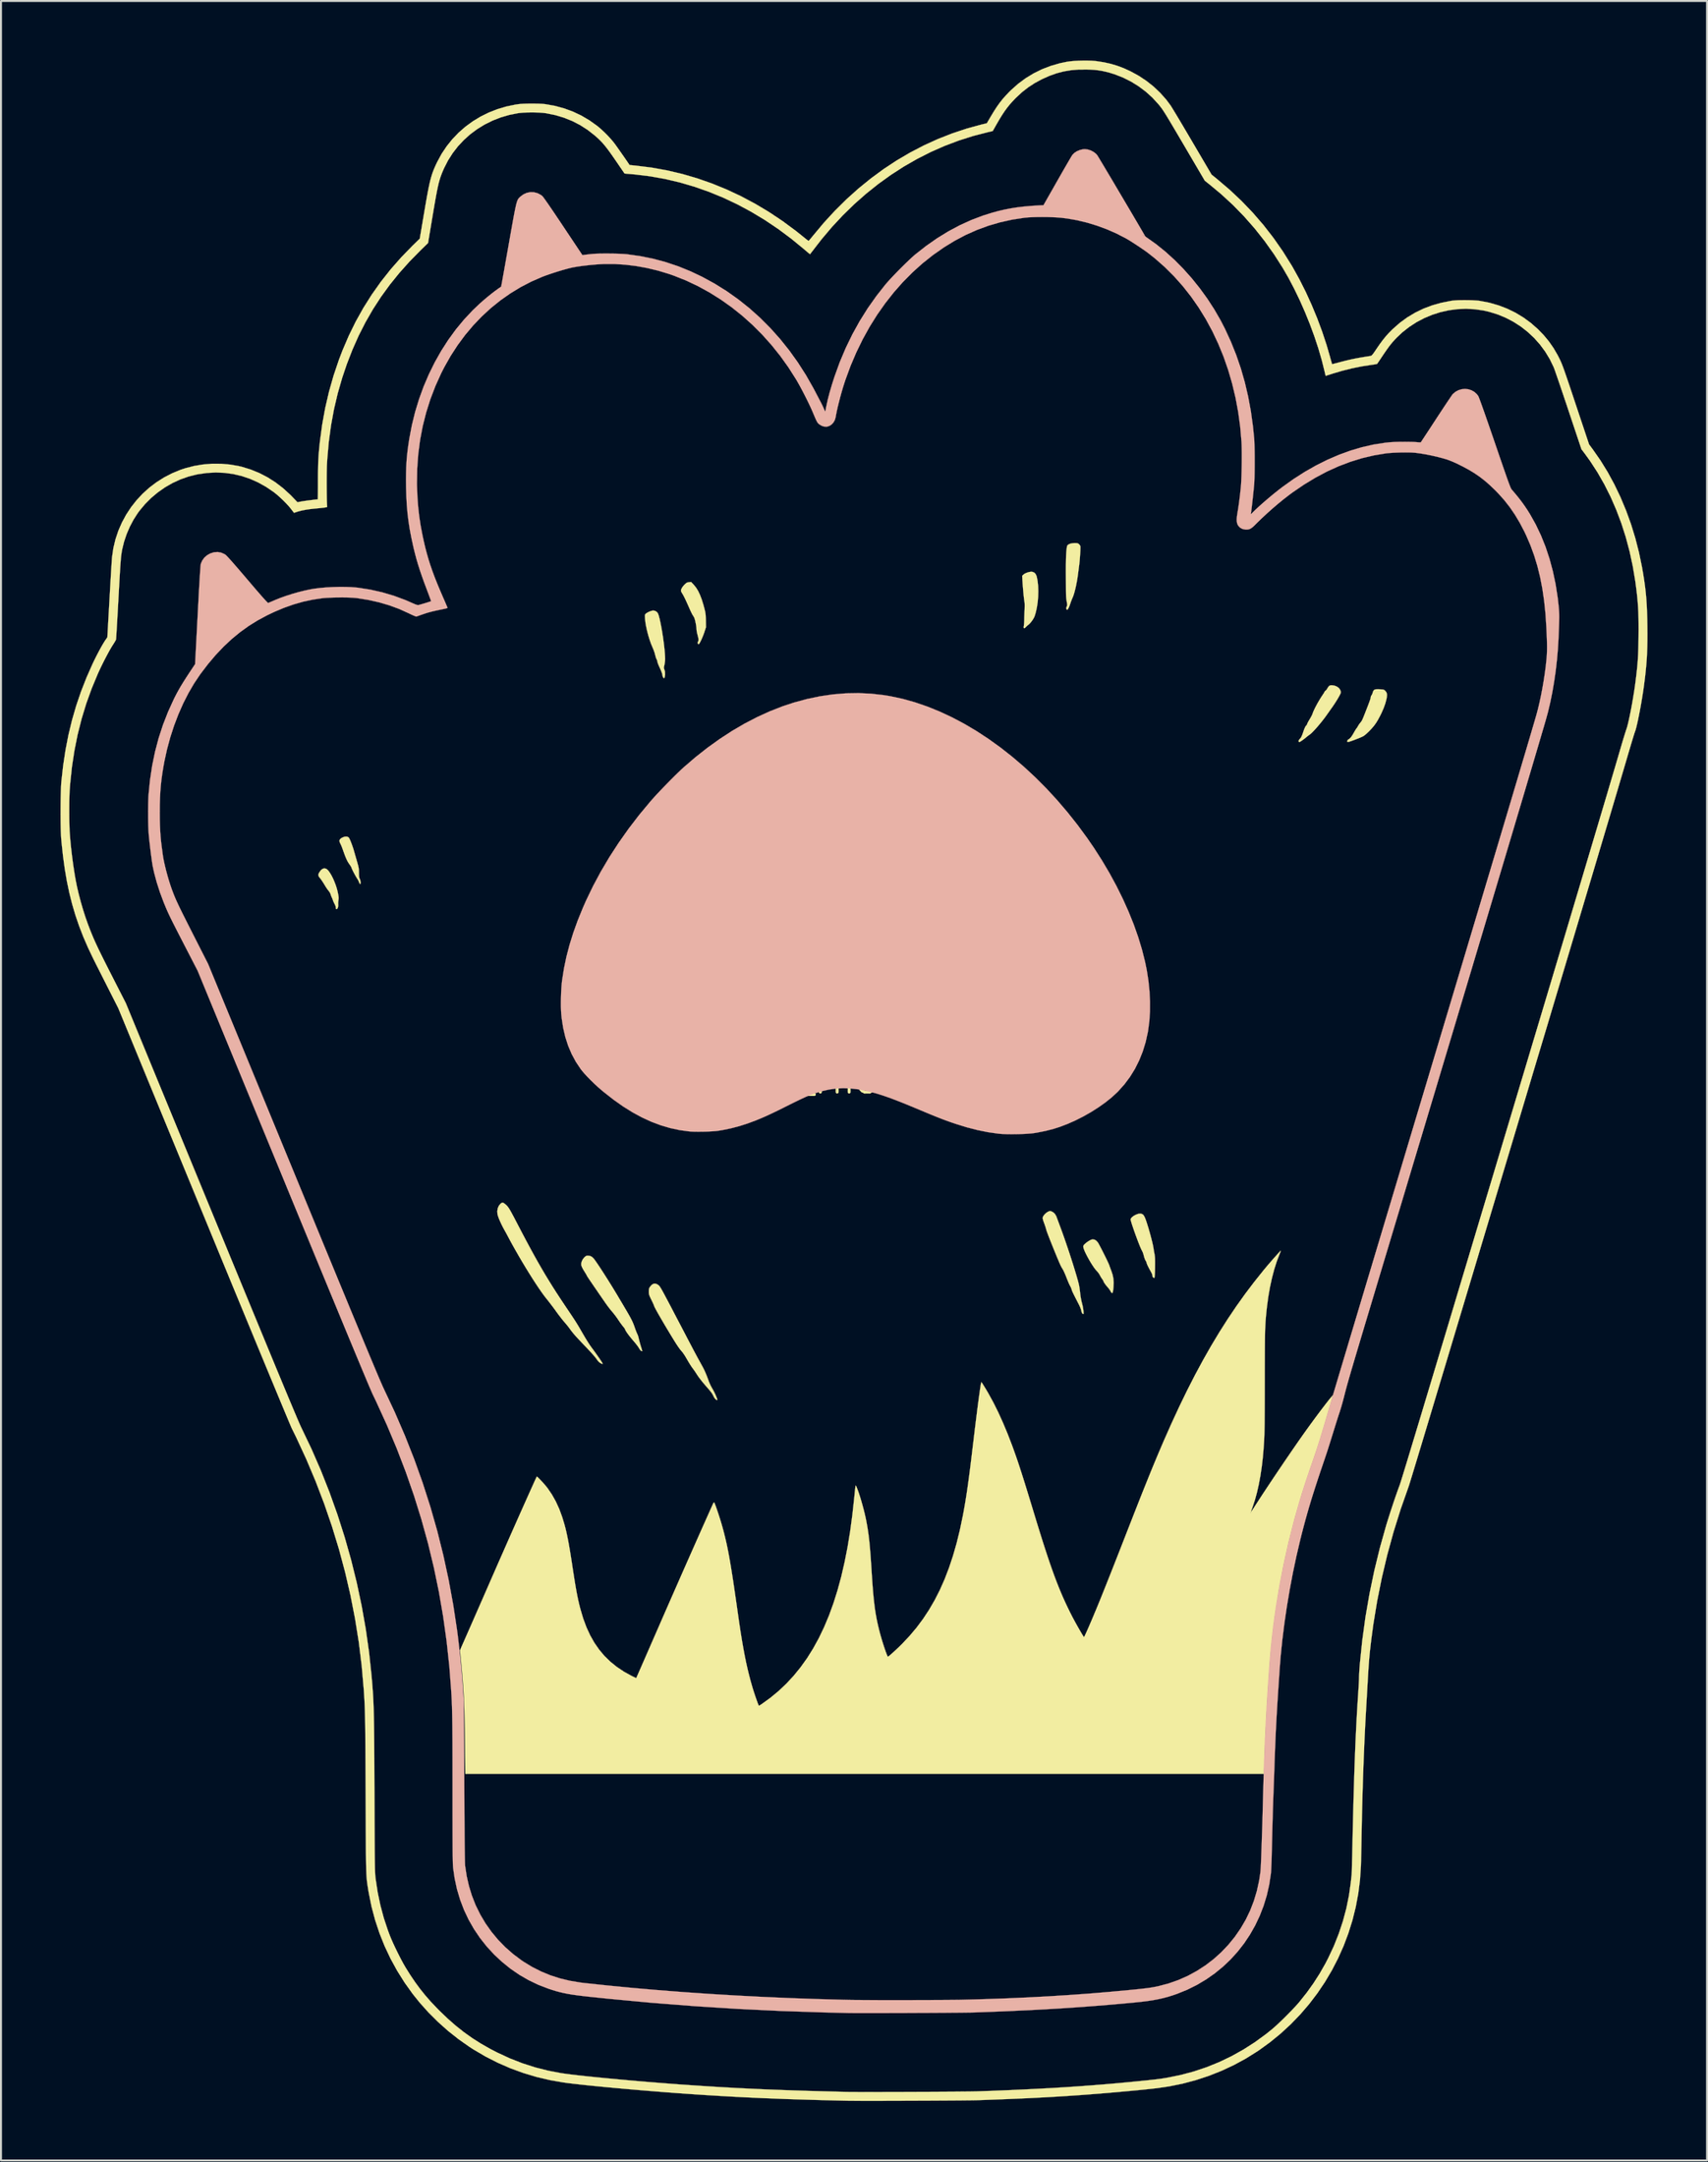
<source format=kicad_pcb>
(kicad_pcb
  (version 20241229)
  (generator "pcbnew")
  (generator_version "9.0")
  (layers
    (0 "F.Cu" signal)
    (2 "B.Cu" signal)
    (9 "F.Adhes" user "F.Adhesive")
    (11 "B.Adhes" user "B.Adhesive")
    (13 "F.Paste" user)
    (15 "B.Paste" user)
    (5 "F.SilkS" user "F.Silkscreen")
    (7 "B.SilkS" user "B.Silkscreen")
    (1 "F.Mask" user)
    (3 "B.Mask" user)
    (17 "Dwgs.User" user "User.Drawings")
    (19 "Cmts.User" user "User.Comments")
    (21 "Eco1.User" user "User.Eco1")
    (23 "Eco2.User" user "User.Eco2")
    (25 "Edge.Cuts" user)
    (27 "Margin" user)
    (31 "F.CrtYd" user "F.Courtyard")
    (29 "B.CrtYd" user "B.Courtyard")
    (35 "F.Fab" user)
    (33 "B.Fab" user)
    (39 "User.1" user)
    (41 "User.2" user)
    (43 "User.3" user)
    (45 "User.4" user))
  (footprint "PCB_Michi_Act"
    (layer "F.Cu")
    (at 40 51.416)
    (property "Reference" "PCB_Michi_Act" (at 0 0 0) (layer "F.SilkS") (effects (font (size 1.27 1.27) (thickness 0.15))))
    (attr through_hole)
    (fp_poly (pts (xy 20.672 35.078) (xy 20.668 35.151) (xy 20.664 35.261) (xy 20.659 35.401) (xy 20.654 35.565) (xy 20.649 35.748) (xy 20.644 35.944) (xy 20.639 36.147) (xy 20.637 36.237) (xy 20.631 36.463) (xy 20.625 36.702) (xy 20.619 36.947) (xy 20.612 37.187) (xy 20.606 37.412) (xy 20.6 37.615) (xy 20.594 37.785) (xy 20.594 37.793) (xy 20.587 37.996) (xy 20.58 38.225) (xy 20.572 38.465) (xy 20.564 38.701) (xy 20.557 38.919) (xy 20.553 39.042) (xy 20.535 39.426) (xy 20.509 39.775) (xy 20.473 40.097) (xy 20.425 40.399) (xy 20.365 40.686) (xy 20.291 40.968) (xy 20.201 41.25) (xy 20.095 41.539) (xy 20.085 41.564) (xy 19.88 42.035) (xy 19.645 42.481) (xy 19.377 42.904) (xy 19.074 43.308) (xy 18.734 43.696) (xy 18.422 44.009) (xy 18.067 44.318) (xy 17.679 44.605) (xy 17.266 44.867) (xy 16.832 45.101) (xy 16.384 45.302) (xy 15.928 45.468) (xy 15.854 45.491) (xy 15.678 45.543) (xy 15.506 45.588) (xy 15.332 45.627) (xy 15.148 45.663) (xy 14.947 45.695) (xy 14.723 45.726) (xy 14.47 45.757) (xy 14.226 45.783) (xy 13.537 45.852) (xy 12.847 45.915) (xy 12.15 45.974) (xy 11.443 46.028) (xy 10.721 46.078) (xy 9.98 46.124) (xy 9.217 46.166) (xy 8.427 46.205) (xy 7.606 46.24) (xy 6.749 46.272) (xy 6.117 46.294) (xy 5.981 46.297) (xy 5.807 46.301) (xy 5.597 46.304) (xy 5.356 46.307) (xy 5.087 46.31) (xy 4.794 46.312) (xy 4.48 46.315) (xy 4.149 46.317) (xy 3.805 46.319) (xy 3.451 46.32) (xy 3.091 46.322) (xy 2.728 46.323) (xy 2.366 46.323) (xy 2.009 46.324) (xy 1.661 46.324) (xy 1.324 46.324) (xy 1.003 46.323) (xy 0.701 46.322) (xy 0.422 46.321) (xy 0.169 46.319) (xy -0.054 46.317) (xy -0.243 46.315) (xy -0.381 46.312) (xy -2.74 46.244) (xy -5.075 46.142) (xy -7.385 46.006) (xy -9.67 45.836) (xy -9.938 45.814) (xy -10.247 45.788) (xy -10.567 45.76) (xy -10.893 45.731) (xy -11.221 45.7) (xy -11.549 45.67) (xy -11.873 45.639) (xy -12.189 45.608) (xy -12.493 45.577) (xy -12.783 45.548) (xy -13.053 45.52) (xy -13.301 45.493) (xy -13.523 45.469) (xy -13.716 45.446) (xy -13.875 45.427) (xy -13.998 45.41) (xy -14.046 45.403) (xy -14.567 45.298) (xy -15.075 45.153) (xy -15.567 44.97) (xy -16.041 44.75) (xy -16.495 44.494) (xy -16.928 44.203) (xy -17.338 43.878) (xy -17.723 43.52) (xy -18.081 43.13) (xy -18.317 42.835) (xy -18.613 42.412) (xy -18.871 41.971) (xy -19.094 41.511) (xy -19.281 41.029) (xy -19.433 40.525) (xy -19.552 39.996) (xy -19.585 39.805) (xy -19.592 39.76) (xy -19.598 39.717) (xy -19.604 39.673) (xy -19.609 39.624) (xy -19.613 39.568) (xy -19.617 39.503) (xy -19.62 39.425) (xy -19.623 39.334) (xy -19.625 39.225) (xy -19.627 39.096) (xy -19.629 38.944) (xy -19.631 38.768) (xy -19.632 38.564) (xy -19.633 38.329) (xy -19.634 38.062) (xy -19.635 37.759) (xy -19.637 37.418) (xy -19.637 37.185) (xy -19.644 34.84) (xy 20.685 34.84) (xy 20.672 35.078)) (stroke (width 0.01) (type solid)) (fill yes) (layer "F.Mask"))
    (fp_poly (pts (xy 20.672 35.078) (xy 20.668 35.151) (xy 20.664 35.261) (xy 20.659 35.401) (xy 20.654 35.565) (xy 20.649 35.748) (xy 20.644 35.944) (xy 20.639 36.147) (xy 20.637 36.237) (xy 20.631 36.463) (xy 20.625 36.702) (xy 20.619 36.947) (xy 20.612 37.187) (xy 20.606 37.412) (xy 20.6 37.615) (xy 20.594 37.785) (xy 20.594 37.793) (xy 20.587 37.996) (xy 20.58 38.225) (xy 20.572 38.465) (xy 20.564 38.701) (xy 20.557 38.919) (xy 20.553 39.042) (xy 20.535 39.426) (xy 20.509 39.775) (xy 20.473 40.097) (xy 20.425 40.399) (xy 20.365 40.686) (xy 20.291 40.968) (xy 20.201 41.25) (xy 20.095 41.539) (xy 20.085 41.564) (xy 19.88 42.035) (xy 19.645 42.481) (xy 19.377 42.904) (xy 19.074 43.308) (xy 18.734 43.696) (xy 18.422 44.009) (xy 18.067 44.318) (xy 17.679 44.605) (xy 17.266 44.867) (xy 16.832 45.101) (xy 16.384 45.302) (xy 15.928 45.468) (xy 15.854 45.491) (xy 15.678 45.543) (xy 15.506 45.588) (xy 15.332 45.627) (xy 15.148 45.663) (xy 14.947 45.695) (xy 14.723 45.726) (xy 14.47 45.757) (xy 14.226 45.783) (xy 13.537 45.852) (xy 12.847 45.915) (xy 12.15 45.974) (xy 11.443 46.028) (xy 10.721 46.078) (xy 9.98 46.124) (xy 9.217 46.166) (xy 8.427 46.205) (xy 7.606 46.24) (xy 6.749 46.272) (xy 6.117 46.294) (xy 5.981 46.297) (xy 5.807 46.301) (xy 5.597 46.304) (xy 5.356 46.307) (xy 5.087 46.31) (xy 4.794 46.312) (xy 4.48 46.315) (xy 4.149 46.317) (xy 3.805 46.319) (xy 3.451 46.32) (xy 3.091 46.322) (xy 2.728 46.323) (xy 2.366 46.323) (xy 2.009 46.324) (xy 1.661 46.324) (xy 1.324 46.324) (xy 1.003 46.323) (xy 0.701 46.322) (xy 0.422 46.321) (xy 0.169 46.319) (xy -0.054 46.317) (xy -0.243 46.315) (xy -0.381 46.312) (xy -2.74 46.244) (xy -5.075 46.142) (xy -7.385 46.006) (xy -9.67 45.836) (xy -9.938 45.814) (xy -10.247 45.788) (xy -10.567 45.76) (xy -10.893 45.731) (xy -11.221 45.7) (xy -11.549 45.67) (xy -11.873 45.639) (xy -12.189 45.608) (xy -12.493 45.577) (xy -12.783 45.548) (xy -13.053 45.52) (xy -13.301 45.493) (xy -13.523 45.469) (xy -13.716 45.446) (xy -13.875 45.427) (xy -13.998 45.41) (xy -14.046 45.403) (xy -14.567 45.298) (xy -15.075 45.153) (xy -15.567 44.97) (xy -16.041 44.75) (xy -16.495 44.494) (xy -16.928 44.203) (xy -17.338 43.878) (xy -17.723 43.52) (xy -18.081 43.13) (xy -18.317 42.835) (xy -18.613 42.412) (xy -18.871 41.971) (xy -19.094 41.511) (xy -19.281 41.029) (xy -19.433 40.525) (xy -19.552 39.996) (xy -19.585 39.805) (xy -19.592 39.76) (xy -19.598 39.717) (xy -19.604 39.673) (xy -19.609 39.624) (xy -19.613 39.568) (xy -19.617 39.503) (xy -19.62 39.425) (xy -19.623 39.334) (xy -19.625 39.225) (xy -19.627 39.096) (xy -19.629 38.944) (xy -19.631 38.768) (xy -19.632 38.564) (xy -19.633 38.329) (xy -19.634 38.062) (xy -19.635 37.759) (xy -19.637 37.418) (xy -19.637 37.185) (xy -19.644 34.84) (xy 20.685 34.84) (xy 20.672 35.078)) (stroke (width 0.01) (type solid)) (fill yes) (layer "B.Mask"))
    (fp_poly (pts (xy -26.627 -10.683) (xy -26.57 -10.651) (xy -26.501 -10.585) (xy -26.427 -10.485) (xy -26.349 -10.357) (xy -26.272 -10.208) (xy -26.199 -10.044) (xy -26.132 -9.871) (xy -26.075 -9.698) (xy -26.031 -9.53) (xy -26.023 -9.493) (xy -25.999 -9.375) (xy -25.985 -9.288) (xy -25.978 -9.221) (xy -25.979 -9.165) (xy -25.986 -9.109) (xy -25.989 -9.091) (xy -26 -9.005) (xy -26.003 -8.922) (xy -26 -8.879) (xy -25.999 -8.807) (xy -26.011 -8.739) (xy -26.034 -8.682) (xy -26.063 -8.647) (xy -26.093 -8.642) (xy -26.106 -8.65) (xy -26.116 -8.68) (xy -26.12 -8.728) (xy -26.13 -8.782) (xy -26.157 -8.852) (xy -26.18 -8.899) (xy -26.219 -8.976) (xy -26.253 -9.054) (xy -26.266 -9.091) (xy -26.294 -9.168) (xy -26.327 -9.243) (xy -26.33 -9.25) (xy -26.361 -9.32) (xy -26.383 -9.391) (xy -26.384 -9.396) (xy -26.407 -9.453) (xy -26.45 -9.52) (xy -26.477 -9.554) (xy -26.519 -9.608) (xy -26.575 -9.686) (xy -26.636 -9.78) (xy -26.692 -9.872) (xy -26.752 -9.97) (xy -26.814 -10.064) (xy -26.868 -10.142) (xy -26.907 -10.191) (xy -26.969 -10.271) (xy -26.998 -10.338) (xy -26.996 -10.403) (xy -26.964 -10.475) (xy -26.96 -10.482) (xy -26.88 -10.596) (xy -26.797 -10.667) (xy -26.713 -10.696) (xy -26.627 -10.683)) (stroke (width 0.01) (type solid)) (fill yes) (layer "F.SilkS"))
    (fp_poly (pts (xy 8.985 -25.645) (xy 9.08 -25.61) (xy 9.152 -25.542) (xy 9.202 -25.44) (xy 9.216 -25.395) (xy 9.258 -25.179) (xy 9.284 -24.934) (xy 9.293 -24.669) (xy 9.286 -24.395) (xy 9.263 -24.121) (xy 9.223 -23.857) (xy 9.178 -23.647) (xy 9.145 -23.525) (xy 9.117 -23.433) (xy 9.088 -23.36) (xy 9.053 -23.293) (xy 9.009 -23.222) (xy 8.998 -23.206) (xy 8.939 -23.125) (xy 8.877 -23.052) (xy 8.824 -22.998) (xy 8.81 -22.987) (xy 8.744 -22.934) (xy 8.681 -22.875) (xy 8.669 -22.863) (xy 8.619 -22.814) (xy 8.586 -22.799) (xy 8.566 -22.814) (xy 8.559 -22.828) (xy 8.556 -22.871) (xy 8.565 -22.918) (xy 8.572 -22.962) (xy 8.579 -23.037) (xy 8.584 -23.133) (xy 8.587 -23.23) (xy 8.589 -23.36) (xy 8.594 -23.511) (xy 8.6 -23.661) (xy 8.605 -23.76) (xy 8.609 -23.908) (xy 8.608 -24.032) (xy 8.599 -24.123) (xy 8.596 -24.141) (xy 8.586 -24.201) (xy 8.574 -24.296) (xy 8.56 -24.418) (xy 8.546 -24.559) (xy 8.532 -24.712) (xy 8.519 -24.869) (xy 8.507 -25.022) (xy 8.498 -25.164) (xy 8.494 -25.224) (xy 8.482 -25.44) (xy 8.545 -25.503) (xy 8.611 -25.55) (xy 8.702 -25.593) (xy 8.805 -25.626) (xy 8.903 -25.645) (xy 8.982 -25.645) (xy 8.985 -25.645)) (stroke (width 0.01) (type solid)) (fill yes) (layer "F.SilkS"))
    (fp_poly (pts (xy -8.075 -24.989) (xy -7.962 -24.85) (xy -7.857 -24.681) (xy -7.761 -24.479) (xy -7.671 -24.242) (xy -7.586 -23.967) (xy -7.548 -23.825) (xy -7.518 -23.708) (xy -7.497 -23.613) (xy -7.483 -23.528) (xy -7.474 -23.44) (xy -7.47 -23.336) (xy -7.467 -23.204) (xy -7.466 -23.19) (xy -7.461 -22.849) (xy -7.54 -22.606) (xy -7.58 -22.492) (xy -7.626 -22.376) (xy -7.674 -22.263) (xy -7.721 -22.162) (xy -7.764 -22.079) (xy -7.8 -22.022) (xy -7.824 -21.997) (xy -7.825 -21.997) (xy -7.854 -22.007) (xy -7.871 -22.028) (xy -7.878 -22.079) (xy -7.862 -22.12) (xy -7.843 -22.162) (xy -7.835 -22.209) (xy -7.839 -22.268) (xy -7.854 -22.349) (xy -7.883 -22.46) (xy -7.886 -22.47) (xy -7.91 -22.57) (xy -7.928 -22.667) (xy -7.937 -22.745) (xy -7.937 -22.77) (xy -7.942 -22.841) (xy -7.955 -22.939) (xy -7.975 -23.05) (xy -7.999 -23.161) (xy -8.025 -23.259) (xy -8.043 -23.315) (xy -8.074 -23.377) (xy -8.114 -23.44) (xy -8.116 -23.442) (xy -8.141 -23.483) (xy -8.178 -23.554) (xy -8.224 -23.648) (xy -8.274 -23.757) (xy -8.308 -23.834) (xy -8.403 -24.048) (xy -8.484 -24.225) (xy -8.553 -24.367) (xy -8.611 -24.477) (xy -8.659 -24.557) (xy -8.666 -24.567) (xy -8.699 -24.627) (xy -8.719 -24.681) (xy -8.721 -24.697) (xy -8.703 -24.774) (xy -8.653 -24.864) (xy -8.576 -24.962) (xy -8.533 -25.006) (xy -8.471 -25.063) (xy -8.422 -25.096) (xy -8.371 -25.113) (xy -8.318 -25.12) (xy -8.208 -25.131) (xy -8.075 -24.989)) (stroke (width 0.01) (type solid)) (fill yes) (layer "F.SilkS"))
    (fp_poly (pts (xy 6.542 -9.096) (xy 6.55 -9.096) (xy 6.688 -9.076) (xy 6.807 -9.042) (xy 6.899 -8.996) (xy 6.948 -8.95) (xy 6.979 -8.874) (xy 6.983 -8.768) (xy 6.959 -8.632) (xy 6.909 -8.467) (xy 6.832 -8.276) (xy 6.729 -8.058) (xy 6.601 -7.815) (xy 6.462 -7.573) (xy 6.406 -7.49) (xy 6.329 -7.391) (xy 6.239 -7.286) (xy 6.144 -7.182) (xy 6.051 -7.087) (xy 5.968 -7.011) (xy 5.907 -6.965) (xy 5.853 -6.935) (xy 5.775 -6.896) (xy 5.68 -6.852) (xy 5.578 -6.807) (xy 5.477 -6.765) (xy 5.386 -6.728) (xy 5.314 -6.702) (xy 5.268 -6.689) (xy 5.262 -6.689) (xy 5.227 -6.698) (xy 5.221 -6.703) (xy 5.208 -6.741) (xy 5.233 -6.793) (xy 5.28 -6.843) (xy 5.334 -6.911) (xy 5.393 -7.015) (xy 5.436 -7.108) (xy 5.478 -7.198) (xy 5.521 -7.278) (xy 5.559 -7.336) (xy 5.575 -7.355) (xy 5.612 -7.397) (xy 5.63 -7.431) (xy 5.63 -7.434) (xy 5.642 -7.465) (xy 5.671 -7.518) (xy 5.706 -7.575) (xy 5.781 -7.696) (xy 5.833 -7.803) (xy 5.86 -7.89) (xy 5.863 -7.919) (xy 5.872 -7.963) (xy 5.895 -8.033) (xy 5.928 -8.115) (xy 5.939 -8.141) (xy 5.98 -8.233) (xy 6.03 -8.347) (xy 6.08 -8.467) (xy 6.11 -8.541) (xy 6.152 -8.642) (xy 6.191 -8.737) (xy 6.224 -8.815) (xy 6.243 -8.858) (xy 6.27 -8.926) (xy 6.291 -8.989) (xy 6.294 -9.001) (xy 6.318 -9.053) (xy 6.363 -9.084) (xy 6.436 -9.098) (xy 6.542 -9.096)) (stroke (width 0.01) (type solid)) (fill yes) (layer "F.SilkS"))
    (fp_poly (pts (xy 12.108 8.012) (xy 12.2 8.057) (xy 12.283 8.142) (xy 12.305 8.174) (xy 12.337 8.229) (xy 12.383 8.313) (xy 12.439 8.42) (xy 12.503 8.543) (xy 12.57 8.676) (xy 12.638 8.812) (xy 12.703 8.944) (xy 12.762 9.065) (xy 12.811 9.17) (xy 12.848 9.252) (xy 12.869 9.303) (xy 12.87 9.306) (xy 12.888 9.36) (xy 12.918 9.441) (xy 12.953 9.537) (xy 12.981 9.61) (xy 13.043 9.8) (xy 13.08 9.988) (xy 13.093 10.185) (xy 13.084 10.404) (xy 13.078 10.472) (xy 13.065 10.582) (xy 13.052 10.655) (xy 13.037 10.695) (xy 13.018 10.708) (xy 12.993 10.699) (xy 12.986 10.694) (xy 12.963 10.666) (xy 12.935 10.616) (xy 12.929 10.604) (xy 12.9 10.556) (xy 12.85 10.488) (xy 12.788 10.412) (xy 12.756 10.375) (xy 12.692 10.298) (xy 12.638 10.224) (xy 12.601 10.164) (xy 12.592 10.142) (xy 12.56 10.071) (xy 12.517 10.005) (xy 12.516 10.003) (xy 12.479 9.952) (xy 12.435 9.879) (xy 12.4 9.813) (xy 12.349 9.728) (xy 12.286 9.644) (xy 12.24 9.595) (xy 12.178 9.526) (xy 12.104 9.427) (xy 12.022 9.306) (xy 11.936 9.169) (xy 11.851 9.024) (xy 11.77 8.877) (xy 11.697 8.736) (xy 11.636 8.607) (xy 11.592 8.498) (xy 11.567 8.416) (xy 11.566 8.409) (xy 11.561 8.356) (xy 11.571 8.317) (xy 11.603 8.275) (xy 11.632 8.245) (xy 11.711 8.175) (xy 11.802 8.109) (xy 11.894 8.054) (xy 11.974 8.018) (xy 12.009 8.008) (xy 12.108 8.012)) (stroke (width 0.01) (type solid)) (fill yes) (layer "F.SilkS"))
    (fp_poly (pts (xy -25.52 -12.284) (xy -25.469 -12.25) (xy -25.442 -12.207) (xy -25.405 -12.132) (xy -25.363 -12.032) (xy -25.318 -11.914) (xy -25.273 -11.788) (xy -25.231 -11.661) (xy -25.201 -11.557) (xy -25.177 -11.472) (xy -25.144 -11.358) (xy -25.107 -11.229) (xy -25.069 -11.097) (xy -25.053 -11.043) (xy -25.016 -10.913) (xy -24.99 -10.813) (xy -24.972 -10.733) (xy -24.962 -10.661) (xy -24.957 -10.587) (xy -24.956 -10.5) (xy -24.956 -10.476) (xy -24.954 -10.366) (xy -24.949 -10.287) (xy -24.939 -10.23) (xy -24.922 -10.184) (xy -24.913 -10.166) (xy -24.891 -10.109) (xy -24.877 -10.042) (xy -24.871 -9.978) (xy -24.875 -9.929) (xy -24.889 -9.906) (xy -24.892 -9.906) (xy -24.912 -9.924) (xy -24.938 -9.968) (xy -24.945 -9.983) (xy -24.965 -10.034) (xy -24.976 -10.066) (xy -24.977 -10.069) (xy -24.987 -10.09) (xy -25.016 -10.137) (xy -25.057 -10.202) (xy -25.071 -10.224) (xy -25.114 -10.296) (xy -25.163 -10.383) (xy -25.213 -10.477) (xy -25.26 -10.569) (xy -25.299 -10.651) (xy -25.326 -10.714) (xy -25.336 -10.748) (xy -25.337 -10.749) (xy -25.348 -10.775) (xy -25.38 -10.824) (xy -25.424 -10.888) (xy -25.434 -10.902) (xy -25.488 -10.981) (xy -25.539 -11.07) (xy -25.589 -11.174) (xy -25.643 -11.301) (xy -25.702 -11.458) (xy -25.74 -11.564) (xy -25.782 -11.682) (xy -25.814 -11.769) (xy -25.841 -11.836) (xy -25.866 -11.893) (xy -25.894 -11.95) (xy -25.913 -11.987) (xy -25.939 -12.065) (xy -25.928 -12.132) (xy -25.879 -12.193) (xy -25.803 -12.242) (xy -25.7 -12.285) (xy -25.602 -12.299) (xy -25.52 -12.284)) (stroke (width 0.01) (type solid)) (fill yes) (layer "F.SilkS"))
    (fp_poly (pts (xy -10.014 -23.671) (xy -9.93 -23.614) (xy -9.894 -23.569) (xy -9.864 -23.507) (xy -9.832 -23.408) (xy -9.798 -23.277) (xy -9.763 -23.12) (xy -9.727 -22.941) (xy -9.691 -22.746) (xy -9.657 -22.54) (xy -9.624 -22.328) (xy -9.595 -22.115) (xy -9.569 -21.907) (xy -9.548 -21.708) (xy -9.532 -21.525) (xy -9.522 -21.361) (xy -9.519 -21.241) (xy -9.525 -21.137) (xy -9.541 -21.022) (xy -9.556 -20.947) (xy -9.575 -20.865) (xy -9.581 -20.809) (xy -9.575 -20.768) (xy -9.567 -20.746) (xy -9.526 -20.614) (xy -9.521 -20.466) (xy -9.529 -20.4) (xy -9.545 -20.325) (xy -9.56 -20.288) (xy -9.581 -20.284) (xy -9.61 -20.31) (xy -9.614 -20.315) (xy -9.636 -20.358) (xy -9.653 -20.423) (xy -9.657 -20.452) (xy -9.672 -20.519) (xy -9.705 -20.613) (xy -9.753 -20.727) (xy -9.787 -20.801) (xy -9.832 -20.9) (xy -9.869 -20.99) (xy -9.895 -21.061) (xy -9.906 -21.105) (xy -9.906 -21.108) (xy -9.917 -21.164) (xy -9.943 -21.227) (xy -9.948 -21.235) (xy -9.973 -21.291) (xy -9.999 -21.372) (xy -10.022 -21.46) (xy -10.022 -21.464) (xy -10.047 -21.555) (xy -10.084 -21.666) (xy -10.128 -21.777) (xy -10.148 -21.823) (xy -10.226 -22.008) (xy -10.3 -22.218) (xy -10.369 -22.443) (xy -10.429 -22.673) (xy -10.478 -22.896) (xy -10.513 -23.101) (xy -10.53 -23.262) (xy -10.536 -23.362) (xy -10.538 -23.428) (xy -10.534 -23.471) (xy -10.523 -23.499) (xy -10.505 -23.521) (xy -10.495 -23.531) (xy -10.43 -23.578) (xy -10.342 -23.624) (xy -10.247 -23.662) (xy -10.16 -23.686) (xy -10.115 -23.691) (xy -10.014 -23.671)) (stroke (width 0.01) (type solid)) (fill yes) (layer "F.SilkS"))
    (fp_poly (pts (xy 11.227 -27.09) (xy 11.282 -27.078) (xy 11.327 -27.052) (xy 11.341 -27.041) (xy 11.385 -26.992) (xy 11.412 -26.942) (xy 11.414 -26.936) (xy 11.417 -26.889) (xy 11.416 -26.808) (xy 11.413 -26.701) (xy 11.406 -26.575) (xy 11.397 -26.439) (xy 11.387 -26.3) (xy 11.375 -26.166) (xy 11.362 -26.046) (xy 11.356 -25.993) (xy 11.339 -25.863) (xy 11.32 -25.715) (xy 11.301 -25.57) (xy 11.291 -25.495) (xy 11.263 -25.3) (xy 11.228 -25.102) (xy 11.189 -24.908) (xy 11.146 -24.727) (xy 11.103 -24.566) (xy 11.06 -24.433) (xy 11.027 -24.351) (xy 10.985 -24.254) (xy 10.946 -24.154) (xy 10.916 -24.069) (xy 10.912 -24.055) (xy 10.883 -23.968) (xy 10.849 -23.883) (xy 10.813 -23.808) (xy 10.781 -23.754) (xy 10.756 -23.729) (xy 10.753 -23.728) (xy 10.728 -23.744) (xy 10.711 -23.769) (xy 10.701 -23.812) (xy 10.717 -23.868) (xy 10.724 -23.885) (xy 10.74 -23.922) (xy 10.748 -23.958) (xy 10.749 -24.003) (xy 10.741 -24.067) (xy 10.725 -24.162) (xy 10.724 -24.167) (xy 10.717 -24.211) (xy 10.711 -24.253) (xy 10.705 -24.298) (xy 10.701 -24.349) (xy 10.697 -24.408) (xy 10.694 -24.48) (xy 10.691 -24.568) (xy 10.689 -24.675) (xy 10.688 -24.805) (xy 10.687 -24.962) (xy 10.686 -25.148) (xy 10.685 -25.368) (xy 10.684 -25.625) (xy 10.684 -25.792) (xy 10.685 -26.035) (xy 10.689 -26.258) (xy 10.697 -26.458) (xy 10.706 -26.63) (xy 10.719 -26.772) (xy 10.733 -26.881) (xy 10.75 -26.952) (xy 10.76 -26.975) (xy 10.812 -27.02) (xy 10.896 -27.057) (xy 11.004 -27.082) (xy 11.127 -27.093) (xy 11.146 -27.093) (xy 11.227 -27.09)) (stroke (width 0.01) (type solid)) (fill yes) (layer "F.SilkS"))
    (fp_poly (pts (xy -13.155 -6.544) (xy -13.095 -6.517) (xy -13.029 -6.467) (xy -12.949 -6.389) (xy -12.88 -6.312) (xy -12.793 -6.209) (xy -12.696 -6.087) (xy -12.601 -5.961) (xy -12.532 -5.863) (xy -12.459 -5.759) (xy -12.384 -5.653) (xy -12.313 -5.557) (xy -12.257 -5.484) (xy -12.256 -5.482) (xy -12.188 -5.392) (xy -12.118 -5.29) (xy -12.061 -5.2) (xy -12.003 -5.105) (xy -11.937 -5.001) (xy -11.882 -4.92) (xy -11.836 -4.843) (xy -11.786 -4.744) (xy -11.738 -4.634) (xy -11.695 -4.524) (xy -11.663 -4.423) (xy -11.644 -4.344) (xy -11.642 -4.318) (xy -11.637 -4.269) (xy -11.624 -4.191) (xy -11.605 -4.096) (xy -11.583 -3.998) (xy -11.568 -3.935) (xy -11.569 -3.887) (xy -11.594 -3.862) (xy -11.633 -3.869) (xy -11.635 -3.87) (xy -11.656 -3.899) (xy -11.677 -3.948) (xy -11.709 -4) (xy -11.77 -4.064) (xy -11.822 -4.106) (xy -11.904 -4.173) (xy -11.99 -4.25) (xy -12.049 -4.307) (xy -12.158 -4.42) (xy -12.242 -4.507) (xy -12.304 -4.574) (xy -12.35 -4.624) (xy -12.384 -4.662) (xy -12.409 -4.693) (xy -12.427 -4.717) (xy -12.475 -4.772) (xy -12.54 -4.831) (xy -12.573 -4.855) (xy -12.632 -4.903) (xy -12.711 -4.977) (xy -12.805 -5.072) (xy -12.911 -5.183) (xy -13.023 -5.306) (xy -13.138 -5.435) (xy -13.251 -5.565) (xy -13.359 -5.693) (xy -13.456 -5.812) (xy -13.54 -5.919) (xy -13.604 -6.007) (xy -13.646 -6.073) (xy -13.658 -6.098) (xy -13.656 -6.151) (xy -13.627 -6.22) (xy -13.577 -6.297) (xy -13.511 -6.376) (xy -13.438 -6.447) (xy -13.364 -6.504) (xy -13.295 -6.537) (xy -13.284 -6.54) (xy -13.216 -6.55) (xy -13.155 -6.544)) (stroke (width 0.01) (type solid)) (fill yes) (layer "F.SilkS"))
    (fp_poly (pts (xy 11.617 -9.095) (xy 11.736 -9.086) (xy 11.822 -9.067) (xy 11.884 -9.035) (xy 11.932 -8.985) (xy 11.968 -8.921) (xy 11.986 -8.884) (xy 11.996 -8.852) (xy 11.998 -8.815) (xy 11.993 -8.763) (xy 11.979 -8.688) (xy 11.962 -8.605) (xy 11.921 -8.432) (xy 11.867 -8.26) (xy 11.796 -8.079) (xy 11.705 -7.88) (xy 11.628 -7.726) (xy 11.524 -7.533) (xy 11.419 -7.368) (xy 11.303 -7.215) (xy 11.168 -7.061) (xy 11.081 -6.972) (xy 10.992 -6.887) (xy 10.905 -6.814) (xy 10.814 -6.75) (xy 10.713 -6.692) (xy 10.593 -6.636) (xy 10.449 -6.577) (xy 10.275 -6.514) (xy 10.167 -6.476) (xy 10.081 -6.448) (xy 10.028 -6.435) (xy 9.998 -6.434) (xy 9.984 -6.445) (xy 9.982 -6.449) (xy 9.982 -6.498) (xy 10.011 -6.546) (xy 10.05 -6.571) (xy 10.108 -6.607) (xy 10.175 -6.679) (xy 10.249 -6.784) (xy 10.318 -6.9) (xy 10.365 -6.983) (xy 10.409 -7.056) (xy 10.444 -7.108) (xy 10.455 -7.123) (xy 10.491 -7.171) (xy 10.527 -7.232) (xy 10.53 -7.239) (xy 10.564 -7.297) (xy 10.614 -7.367) (xy 10.653 -7.416) (xy 10.716 -7.509) (xy 10.776 -7.628) (xy 10.807 -7.702) (xy 10.839 -7.788) (xy 10.883 -7.901) (xy 10.933 -8.028) (xy 10.984 -8.157) (xy 11.004 -8.206) (xy 11.051 -8.324) (xy 11.093 -8.438) (xy 11.128 -8.537) (xy 11.152 -8.613) (xy 11.158 -8.64) (xy 11.177 -8.709) (xy 11.198 -8.765) (xy 11.21 -8.784) (xy 11.231 -8.821) (xy 11.257 -8.883) (xy 11.275 -8.932) (xy 11.303 -9.004) (xy 11.337 -9.052) (xy 11.384 -9.082) (xy 11.453 -9.095) (xy 11.552 -9.097) (xy 11.617 -9.095)) (stroke (width 0.01) (type solid)) (fill yes) (layer "F.SilkS"))
    (fp_poly (pts (xy 14.465 6.709) (xy 14.53 6.729) (xy 14.578 6.76) (xy 14.618 6.811) (xy 14.66 6.892) (xy 14.67 6.914) (xy 14.706 7.004) (xy 14.749 7.128) (xy 14.797 7.278) (xy 14.849 7.446) (xy 14.9 7.625) (xy 14.951 7.807) (xy 14.997 7.984) (xy 15.039 8.149) (xy 15.072 8.294) (xy 15.095 8.412) (xy 15.102 8.459) (xy 15.113 8.532) (xy 15.129 8.626) (xy 15.147 8.723) (xy 15.149 8.731) (xy 15.16 8.792) (xy 15.168 8.849) (xy 15.174 8.911) (xy 15.178 8.983) (xy 15.18 9.072) (xy 15.181 9.183) (xy 15.18 9.325) (xy 15.178 9.493) (xy 15.174 9.666) (xy 15.168 9.798) (xy 15.159 9.889) (xy 15.147 9.938) (xy 15.138 9.948) (xy 15.11 9.938) (xy 15.087 9.925) (xy 15.057 9.886) (xy 15.049 9.836) (xy 15.038 9.78) (xy 15.008 9.704) (xy 14.975 9.641) (xy 14.913 9.532) (xy 14.857 9.425) (xy 14.809 9.329) (xy 14.774 9.25) (xy 14.755 9.196) (xy 14.753 9.183) (xy 14.742 9.143) (xy 14.713 9.088) (xy 14.701 9.07) (xy 14.671 9.011) (xy 14.641 8.927) (xy 14.616 8.837) (xy 14.614 8.831) (xy 14.589 8.736) (xy 14.555 8.644) (xy 14.52 8.574) (xy 14.519 8.572) (xy 14.491 8.518) (xy 14.452 8.432) (xy 14.405 8.319) (xy 14.352 8.186) (xy 14.295 8.037) (xy 14.237 7.88) (xy 14.178 7.72) (xy 14.122 7.562) (xy 14.071 7.412) (xy 14.025 7.277) (xy 13.989 7.161) (xy 13.963 7.071) (xy 13.95 7.012) (xy 13.949 6.999) (xy 13.968 6.944) (xy 14.02 6.885) (xy 14.095 6.827) (xy 14.184 6.775) (xy 14.279 6.735) (xy 14.371 6.71) (xy 14.45 6.707) (xy 14.465 6.709)) (stroke (width 0.01) (type solid)) (fill yes) (layer "F.SilkS"))
    (fp_poly (pts (xy 26.502 -19.723) (xy 26.6 -19.717) (xy 26.666 -19.71) (xy 26.711 -19.699) (xy 26.744 -19.681) (xy 26.776 -19.653) (xy 26.777 -19.652) (xy 26.832 -19.587) (xy 26.864 -19.515) (xy 26.873 -19.428) (xy 26.862 -19.316) (xy 26.85 -19.247) (xy 26.792 -19.022) (xy 26.707 -18.782) (xy 26.593 -18.521) (xy 26.519 -18.373) (xy 26.419 -18.186) (xy 26.322 -18.027) (xy 26.218 -17.884) (xy 26.101 -17.745) (xy 25.959 -17.597) (xy 25.951 -17.59) (xy 25.844 -17.488) (xy 25.756 -17.413) (xy 25.679 -17.36) (xy 25.622 -17.331) (xy 25.534 -17.292) (xy 25.427 -17.248) (xy 25.312 -17.203) (xy 25.197 -17.159) (xy 25.092 -17.121) (xy 25.006 -17.091) (xy 24.948 -17.073) (xy 24.94 -17.071) (xy 24.893 -17.065) (xy 24.874 -17.077) (xy 24.871 -17.111) (xy 24.888 -17.164) (xy 24.929 -17.195) (xy 24.994 -17.239) (xy 25.057 -17.305) (xy 25.123 -17.398) (xy 25.197 -17.524) (xy 25.198 -17.526) (xy 25.245 -17.609) (xy 25.289 -17.682) (xy 25.324 -17.734) (xy 25.335 -17.748) (xy 25.371 -17.796) (xy 25.407 -17.858) (xy 25.41 -17.865) (xy 25.445 -17.923) (xy 25.495 -17.994) (xy 25.529 -18.037) (xy 25.556 -18.07) (xy 25.578 -18.099) (xy 25.599 -18.13) (xy 25.62 -18.168) (xy 25.643 -18.219) (xy 25.673 -18.287) (xy 25.71 -18.379) (xy 25.758 -18.499) (xy 25.818 -18.653) (xy 25.82 -18.658) (xy 25.892 -18.841) (xy 25.948 -18.988) (xy 25.991 -19.104) (xy 26.022 -19.193) (xy 26.042 -19.259) (xy 26.053 -19.306) (xy 26.056 -19.336) (xy 26.069 -19.386) (xy 26.087 -19.409) (xy 26.11 -19.443) (xy 26.136 -19.502) (xy 26.151 -19.549) (xy 26.177 -19.624) (xy 26.209 -19.676) (xy 26.255 -19.707) (xy 26.323 -19.723) (xy 26.42 -19.726) (xy 26.502 -19.723)) (stroke (width 0.01) (type solid)) (fill yes) (layer "F.SilkS"))
    (fp_poly (pts (xy 9.307 -9.285) (xy 9.41 -9.25) (xy 9.506 -9.201) (xy 9.582 -9.143) (xy 9.618 -9.1) (xy 9.647 -9.038) (xy 9.659 -8.977) (xy 9.65 -8.908) (xy 9.62 -8.826) (xy 9.567 -8.722) (xy 9.515 -8.632) (xy 9.444 -8.517) (xy 9.364 -8.392) (xy 9.286 -8.273) (xy 9.232 -8.195) (xy 9.155 -8.088) (xy 9.069 -7.966) (xy 8.986 -7.848) (xy 8.95 -7.798) (xy 8.891 -7.717) (xy 8.812 -7.613) (xy 8.719 -7.495) (xy 8.621 -7.373) (xy 8.523 -7.254) (xy 8.521 -7.251) (xy 8.403 -7.112) (xy 8.305 -7.002) (xy 8.222 -6.916) (xy 8.148 -6.849) (xy 8.08 -6.796) (xy 7.988 -6.729) (xy 7.883 -6.65) (xy 7.785 -6.574) (xy 7.768 -6.561) (xy 7.685 -6.497) (xy 7.627 -6.458) (xy 7.589 -6.44) (xy 7.564 -6.439) (xy 7.549 -6.449) (xy 7.535 -6.49) (xy 7.555 -6.542) (xy 7.59 -6.584) (xy 7.632 -6.629) (xy 7.668 -6.683) (xy 7.702 -6.755) (xy 7.739 -6.852) (xy 7.772 -6.953) (xy 7.806 -7.048) (xy 7.845 -7.139) (xy 7.881 -7.21) (xy 7.893 -7.228) (xy 7.932 -7.289) (xy 7.961 -7.342) (xy 7.967 -7.359) (xy 7.984 -7.396) (xy 8.019 -7.458) (xy 8.064 -7.536) (xy 8.097 -7.588) (xy 8.149 -7.676) (xy 8.194 -7.762) (xy 8.226 -7.832) (xy 8.235 -7.859) (xy 8.264 -7.939) (xy 8.311 -8.046) (xy 8.374 -8.174) (xy 8.448 -8.314) (xy 8.53 -8.46) (xy 8.615 -8.604) (xy 8.699 -8.738) (xy 8.755 -8.822) (xy 8.8 -8.888) (xy 8.832 -8.942) (xy 8.847 -8.973) (xy 8.848 -8.975) (xy 8.864 -8.999) (xy 8.89 -9.017) (xy 8.927 -9.05) (xy 8.965 -9.103) (xy 8.974 -9.118) (xy 9.025 -9.206) (xy 9.072 -9.26) (xy 9.122 -9.289) (xy 9.186 -9.298) (xy 9.21 -9.299) (xy 9.307 -9.285)) (stroke (width 0.01) (type solid)) (fill yes) (layer "F.SilkS"))
    (fp_poly (pts (xy -11.505 -6.781) (xy -11.473 -6.774) (xy -11.405 -6.746) (xy -11.344 -6.699) (xy -11.284 -6.627) (xy -11.219 -6.523) (xy -11.195 -6.48) (xy -11.163 -6.422) (xy -11.113 -6.333) (xy -11.049 -6.219) (xy -10.973 -6.086) (xy -10.89 -5.939) (xy -10.802 -5.784) (xy -10.748 -5.689) (xy -10.585 -5.398) (xy -10.434 -5.116) (xy -10.297 -4.85) (xy -10.178 -4.603) (xy -10.079 -4.383) (xy -10.03 -4.266) (xy -10.007 -4.197) (xy -9.98 -4.103) (xy -9.955 -4) (xy -9.947 -3.959) (xy -9.919 -3.843) (xy -9.881 -3.715) (xy -9.841 -3.599) (xy -9.833 -3.577) (xy -9.798 -3.483) (xy -9.769 -3.392) (xy -9.75 -3.319) (xy -9.747 -3.302) (xy -9.737 -3.232) (xy -9.727 -3.172) (xy -9.724 -3.159) (xy -9.73 -3.122) (xy -9.759 -3.11) (xy -9.799 -3.125) (xy -9.826 -3.149) (xy -9.854 -3.19) (xy -9.887 -3.252) (xy -9.901 -3.281) (xy -9.931 -3.332) (xy -9.983 -3.406) (xy -10.049 -3.492) (xy -10.125 -3.582) (xy -10.138 -3.598) (xy -10.214 -3.687) (xy -10.283 -3.772) (xy -10.338 -3.846) (xy -10.372 -3.898) (xy -10.376 -3.905) (xy -10.419 -3.976) (xy -10.474 -4.047) (xy -10.489 -4.064) (xy -10.53 -4.115) (xy -10.581 -4.191) (xy -10.636 -4.281) (xy -10.669 -4.339) (xy -10.723 -4.433) (xy -10.78 -4.523) (xy -10.832 -4.595) (xy -10.857 -4.625) (xy -10.909 -4.687) (xy -10.976 -4.776) (xy -11.054 -4.889) (xy -11.142 -5.021) (xy -11.236 -5.168) (xy -11.334 -5.324) (xy -11.432 -5.484) (xy -11.528 -5.646) (xy -11.62 -5.803) (xy -11.704 -5.951) (xy -11.778 -6.086) (xy -11.839 -6.202) (xy -11.884 -6.296) (xy -11.911 -6.363) (xy -11.917 -6.392) (xy -11.909 -6.443) (xy -11.882 -6.499) (xy -11.832 -6.566) (xy -11.761 -6.643) (xy -11.683 -6.718) (xy -11.621 -6.764) (xy -11.565 -6.783) (xy -11.505 -6.781)) (stroke (width 0.01) (type solid)) (fill yes) (layer "F.SilkS"))
    (fp_poly (pts (xy 24.098 -19.926) (xy 24.224 -19.907) (xy 24.341 -19.861) (xy 24.438 -19.794) (xy 24.504 -19.711) (xy 24.507 -19.706) (xy 24.542 -19.613) (xy 24.544 -19.549) (xy 24.526 -19.501) (xy 24.488 -19.424) (xy 24.435 -19.327) (xy 24.369 -19.215) (xy 24.294 -19.094) (xy 24.216 -18.973) (xy 24.137 -18.857) (xy 24.112 -18.821) (xy 24.035 -18.714) (xy 23.949 -18.591) (xy 23.866 -18.474) (xy 23.831 -18.424) (xy 23.731 -18.286) (xy 23.62 -18.143) (xy 23.504 -17.998) (xy 23.387 -17.859) (xy 23.274 -17.73) (xy 23.169 -17.617) (xy 23.079 -17.526) (xy 23.006 -17.461) (xy 22.987 -17.447) (xy 22.911 -17.392) (xy 22.84 -17.337) (xy 22.789 -17.295) (xy 22.786 -17.292) (xy 22.74 -17.253) (xy 22.678 -17.206) (xy 22.609 -17.156) (xy 22.544 -17.111) (xy 22.491 -17.077) (xy 22.46 -17.061) (xy 22.458 -17.06) (xy 22.431 -17.073) (xy 22.43 -17.074) (xy 22.416 -17.115) (xy 22.435 -17.168) (xy 22.47 -17.21) (xy 22.517 -17.262) (xy 22.558 -17.329) (xy 22.599 -17.42) (xy 22.643 -17.543) (xy 22.658 -17.59) (xy 22.697 -17.701) (xy 22.737 -17.795) (xy 22.774 -17.864) (xy 22.804 -17.902) (xy 22.817 -17.907) (xy 22.833 -17.925) (xy 22.845 -17.965) (xy 22.861 -18.007) (xy 22.895 -18.074) (xy 22.941 -18.155) (xy 22.975 -18.21) (xy 23.028 -18.301) (xy 23.076 -18.391) (xy 23.111 -18.466) (xy 23.122 -18.497) (xy 23.155 -18.588) (xy 23.209 -18.707) (xy 23.277 -18.844) (xy 23.357 -18.993) (xy 23.444 -19.144) (xy 23.533 -19.291) (xy 23.62 -19.425) (xy 23.636 -19.448) (xy 23.68 -19.514) (xy 23.712 -19.568) (xy 23.727 -19.599) (xy 23.728 -19.601) (xy 23.744 -19.626) (xy 23.772 -19.648) (xy 23.811 -19.684) (xy 23.85 -19.738) (xy 23.856 -19.748) (xy 23.908 -19.835) (xy 23.954 -19.889) (xy 24.005 -19.917) (xy 24.07 -19.926) (xy 24.098 -19.926)) (stroke (width 0.01) (type solid)) (fill yes) (layer "F.SilkS"))
    (fp_poly (pts (xy -8.414 -4.817) (xy -8.327 -4.781) (xy -8.244 -4.712) (xy -8.176 -4.619) (xy -8.139 -4.54) (xy -8.116 -4.484) (xy -8.077 -4.396) (xy -8.025 -4.281) (xy -7.961 -4.144) (xy -7.889 -3.991) (xy -7.811 -3.828) (xy -7.729 -3.659) (xy -7.648 -3.491) (xy -7.568 -3.329) (xy -7.493 -3.178) (xy -7.425 -3.043) (xy -7.368 -2.931) (xy -7.323 -2.847) (xy -7.32 -2.841) (xy -7.252 -2.716) (xy -7.177 -2.576) (xy -7.105 -2.437) (xy -7.052 -2.333) (xy -6.993 -2.219) (xy -6.93 -2.1) (xy -6.87 -1.991) (xy -6.827 -1.916) (xy -6.71 -1.709) (xy -6.617 -1.522) (xy -6.543 -1.343) (xy -6.5 -1.217) (xy -6.464 -1.117) (xy -6.416 -0.993) (xy -6.361 -0.861) (xy -6.305 -0.734) (xy -6.296 -0.715) (xy -6.248 -0.613) (xy -6.208 -0.523) (xy -6.178 -0.454) (xy -6.162 -0.412) (xy -6.16 -0.403) (xy -6.176 -0.384) (xy -6.225 -0.39) (xy -6.261 -0.403) (xy -6.3 -0.436) (xy -6.339 -0.495) (xy -6.35 -0.519) (xy -6.383 -0.576) (xy -6.442 -0.651) (xy -6.528 -0.747) (xy -6.645 -0.867) (xy -6.662 -0.885) (xy -6.789 -1.015) (xy -6.886 -1.122) (xy -6.956 -1.211) (xy -7 -1.281) (xy -7.048 -1.361) (xy -7.104 -1.437) (xy -7.144 -1.482) (xy -7.184 -1.527) (xy -7.239 -1.6) (xy -7.303 -1.69) (xy -7.368 -1.789) (xy -7.382 -1.81) (xy -7.452 -1.916) (xy -7.526 -2.022) (xy -7.597 -2.117) (xy -7.656 -2.187) (xy -7.66 -2.192) (xy -7.724 -2.27) (xy -7.802 -2.381) (xy -7.892 -2.52) (xy -7.992 -2.682) (xy -8.097 -2.861) (xy -8.206 -3.051) (xy -8.314 -3.249) (xy -8.42 -3.447) (xy -8.52 -3.642) (xy -8.612 -3.828) (xy -8.691 -3.999) (xy -8.756 -4.15) (xy -8.761 -4.162) (xy -8.81 -4.292) (xy -8.839 -4.392) (xy -8.847 -4.471) (xy -8.835 -4.536) (xy -8.803 -4.595) (xy -8.763 -4.644) (xy -8.657 -4.74) (xy -8.553 -4.8) (xy -8.454 -4.82) (xy -8.414 -4.817)) (stroke (width 0.01) (type solid)) (fill yes) (layer "F.SilkS"))
    (fp_poly (pts (xy -13.301 8.84) (xy -13.21 8.885) (xy -13.128 8.962) (xy -13.083 9.018) (xy -13.019 9.108) (xy -12.938 9.225) (xy -12.843 9.366) (xy -12.737 9.528) (xy -12.622 9.705) (xy -12.501 9.895) (xy -12.376 10.092) (xy -12.251 10.293) (xy -12.127 10.494) (xy -12.008 10.691) (xy -11.964 10.763) (xy -11.814 11.016) (xy -11.683 11.235) (xy -11.571 11.425) (xy -11.475 11.588) (xy -11.394 11.727) (xy -11.326 11.847) (xy -11.269 11.95) (xy -11.222 12.04) (xy -11.183 12.119) (xy -11.15 12.191) (xy -11.121 12.259) (xy -11.095 12.327) (xy -11.069 12.398) (xy -11.046 12.465) (xy -11.009 12.568) (xy -10.973 12.662) (xy -10.941 12.738) (xy -10.92 12.781) (xy -10.896 12.836) (xy -10.87 12.917) (xy -10.848 13.006) (xy -10.846 13.014) (xy -10.825 13.105) (xy -10.794 13.219) (xy -10.76 13.338) (xy -10.739 13.406) (xy -10.71 13.497) (xy -10.688 13.572) (xy -10.674 13.623) (xy -10.672 13.641) (xy -10.694 13.638) (xy -10.727 13.625) (xy -10.762 13.595) (xy -10.805 13.54) (xy -10.839 13.483) (xy -10.877 13.423) (xy -10.936 13.341) (xy -11.01 13.247) (xy -11.09 13.151) (xy -11.116 13.121) (xy -11.21 13.011) (xy -11.299 12.9) (xy -11.38 12.795) (xy -11.448 12.699) (xy -11.499 12.62) (xy -11.529 12.564) (xy -11.536 12.54) (xy -11.549 12.512) (xy -11.583 12.462) (xy -11.632 12.402) (xy -11.634 12.4) (xy -11.684 12.337) (xy -11.749 12.25) (xy -11.819 12.151) (xy -11.884 12.054) (xy -11.959 11.946) (xy -12.044 11.83) (xy -12.128 11.723) (xy -12.188 11.652) (xy -12.255 11.572) (xy -12.337 11.469) (xy -12.425 11.353) (xy -12.509 11.237) (xy -12.536 11.197) (xy -12.711 10.945) (xy -12.863 10.725) (xy -12.993 10.535) (xy -13.104 10.374) (xy -13.197 10.238) (xy -13.273 10.126) (xy -13.335 10.036) (xy -13.382 9.964) (xy -13.418 9.91) (xy -13.443 9.87) (xy -13.459 9.843) (xy -13.466 9.828) (xy -13.492 9.778) (xy -13.532 9.711) (xy -13.569 9.652) (xy -13.653 9.515) (xy -13.714 9.397) (xy -13.746 9.306) (xy -13.748 9.217) (xy -13.722 9.116) (xy -13.672 9.014) (xy -13.603 8.924) (xy -13.599 8.92) (xy -13.543 8.867) (xy -13.498 8.839) (xy -13.451 8.828) (xy -13.409 8.826) (xy -13.301 8.84)) (stroke (width 0.01) (type solid)) (fill yes) (layer "F.SilkS"))
    (fp_poly (pts (xy 9.927 6.584) (xy 9.959 6.595) (xy 10.056 6.648) (xy 10.14 6.733) (xy 10.202 6.841) (xy 10.209 6.859) (xy 10.225 6.904) (xy 10.254 6.982) (xy 10.293 7.087) (xy 10.34 7.213) (xy 10.392 7.354) (xy 10.447 7.503) (xy 10.448 7.504) (xy 10.525 7.716) (xy 10.606 7.945) (xy 10.69 8.187) (xy 10.775 8.438) (xy 10.86 8.692) (xy 10.942 8.945) (xy 11.022 9.193) (xy 11.096 9.431) (xy 11.164 9.654) (xy 11.225 9.857) (xy 11.276 10.037) (xy 11.317 10.188) (xy 11.345 10.307) (xy 11.354 10.351) (xy 11.369 10.44) (xy 11.385 10.555) (xy 11.4 10.677) (xy 11.408 10.753) (xy 11.425 10.881) (xy 11.45 11.022) (xy 11.479 11.156) (xy 11.495 11.215) (xy 11.521 11.321) (xy 11.544 11.43) (xy 11.561 11.536) (xy 11.573 11.631) (xy 11.577 11.706) (xy 11.574 11.754) (xy 11.563 11.769) (xy 11.534 11.754) (xy 11.507 11.73) (xy 11.484 11.686) (xy 11.464 11.62) (xy 11.459 11.59) (xy 11.442 11.524) (xy 11.408 11.433) (xy 11.363 11.332) (xy 11.339 11.285) (xy 11.246 11.104) (xy 11.171 10.958) (xy 11.111 10.84) (xy 11.066 10.749) (xy 11.032 10.678) (xy 11.008 10.625) (xy 10.992 10.586) (xy 10.982 10.555) (xy 10.977 10.533) (xy 10.957 10.469) (xy 10.922 10.394) (xy 10.901 10.356) (xy 10.871 10.3) (xy 10.832 10.215) (xy 10.787 10.109) (xy 10.74 9.994) (xy 10.719 9.939) (xy 10.672 9.82) (xy 10.623 9.705) (xy 10.577 9.605) (xy 10.538 9.529) (xy 10.525 9.507) (xy 10.498 9.464) (xy 10.471 9.418) (xy 10.444 9.367) (xy 10.414 9.307) (xy 10.38 9.233) (xy 10.34 9.142) (xy 10.293 9.03) (xy 10.235 8.893) (xy 10.167 8.727) (xy 10.086 8.529) (xy 10.018 8.361) (xy 9.949 8.189) (xy 9.884 8.026) (xy 9.826 7.877) (xy 9.776 7.746) (xy 9.736 7.639) (xy 9.709 7.561) (xy 9.695 7.517) (xy 9.695 7.514) (xy 9.68 7.455) (xy 9.653 7.369) (xy 9.619 7.269) (xy 9.591 7.192) (xy 9.548 7.074) (xy 9.524 6.988) (xy 9.515 6.928) (xy 9.517 6.902) (xy 9.548 6.83) (xy 9.607 6.751) (xy 9.684 6.677) (xy 9.769 6.62) (xy 9.777 6.616) (xy 9.838 6.587) (xy 9.882 6.577) (xy 9.927 6.584)) (stroke (width 0.01) (type solid)) (fill yes) (layer "F.SilkS"))
    (fp_poly (pts (xy -9.923 10.266) (xy -9.848 10.319) (xy -9.834 10.331) (xy -9.821 10.344) (xy -9.807 10.36) (xy -9.791 10.38) (xy -9.772 10.407) (xy -9.749 10.443) (xy -9.721 10.49) (xy -9.687 10.548) (xy -9.646 10.621) (xy -9.597 10.711) (xy -9.54 10.818) (xy -9.472 10.946) (xy -9.392 11.095) (xy -9.301 11.268) (xy -9.196 11.467) (xy -9.078 11.694) (xy -8.944 11.951) (xy -8.793 12.238) (xy -8.625 12.56) (xy -8.439 12.916) (xy -8.409 12.975) (xy -8.314 13.155) (xy -8.219 13.336) (xy -8.127 13.512) (xy -8.04 13.676) (xy -7.962 13.821) (xy -7.897 13.943) (xy -7.848 14.033) (xy -7.847 14.034) (xy -7.784 14.148) (xy -7.722 14.261) (xy -7.667 14.361) (xy -7.624 14.439) (xy -7.609 14.467) (xy -7.549 14.586) (xy -7.483 14.733) (xy -7.416 14.896) (xy -7.353 15.062) (xy -7.323 15.147) (xy -7.284 15.247) (xy -7.231 15.361) (xy -7.173 15.47) (xy -7.156 15.501) (xy -7.097 15.603) (xy -7.038 15.716) (xy -6.988 15.82) (xy -6.976 15.847) (xy -6.928 15.962) (xy -6.898 16.042) (xy -6.887 16.089) (xy -6.894 16.108) (xy -6.919 16.101) (xy -6.962 16.071) (xy -6.974 16.062) (xy -7.016 16.017) (xy -7.059 15.949) (xy -7.085 15.899) (xy -7.113 15.84) (xy -7.149 15.781) (xy -7.195 15.714) (xy -7.258 15.635) (xy -7.341 15.536) (xy -7.448 15.413) (xy -7.452 15.409) (xy -7.602 15.233) (xy -7.737 15.065) (xy -7.851 14.911) (xy -7.938 14.779) (xy -7.997 14.688) (xy -8.067 14.587) (xy -8.134 14.496) (xy -8.135 14.495) (xy -8.184 14.426) (xy -8.247 14.33) (xy -8.317 14.218) (xy -8.386 14.101) (xy -8.414 14.052) (xy -8.526 13.863) (xy -8.628 13.714) (xy -8.713 13.611) (xy -8.759 13.557) (xy -8.815 13.482) (xy -8.883 13.384) (xy -8.965 13.26) (xy -9.062 13.106) (xy -9.176 12.92) (xy -9.268 12.769) (xy -9.4 12.55) (xy -9.525 12.341) (xy -9.641 12.143) (xy -9.747 11.961) (xy -9.842 11.796) (xy -9.923 11.653) (xy -9.988 11.534) (xy -10.037 11.442) (xy -10.066 11.381) (xy -10.075 11.353) (xy -10.084 11.326) (xy -10.109 11.268) (xy -10.145 11.187) (xy -10.191 11.092) (xy -10.208 11.057) (xy -10.26 10.949) (xy -10.297 10.868) (xy -10.32 10.806) (xy -10.333 10.754) (xy -10.339 10.702) (xy -10.34 10.64) (xy -10.34 10.634) (xy -10.338 10.549) (xy -10.329 10.49) (xy -10.309 10.441) (xy -10.276 10.39) (xy -10.193 10.296) (xy -10.107 10.244) (xy -10.017 10.234) (xy -9.923 10.266)) (stroke (width 0.01) (type solid)) (fill yes) (layer "F.SilkS"))
    (fp_poly (pts (xy -17.652 6.175) (xy -17.584 6.226) (xy -17.557 6.249) (xy -17.52 6.283) (xy -17.486 6.317) (xy -17.453 6.357) (xy -17.417 6.405) (xy -17.378 6.465) (xy -17.332 6.541) (xy -17.278 6.637) (xy -17.214 6.756) (xy -17.136 6.901) (xy -17.044 7.078) (xy -16.947 7.264) (xy -16.718 7.703) (xy -16.504 8.107) (xy -16.302 8.483) (xy -16.109 8.835) (xy -15.923 9.167) (xy -15.74 9.484) (xy -15.559 9.791) (xy -15.375 10.093) (xy -15.188 10.394) (xy -14.993 10.7) (xy -14.787 11.014) (xy -14.569 11.342) (xy -14.467 11.493) (xy -14.346 11.673) (xy -14.245 11.824) (xy -14.16 11.952) (xy -14.087 12.064) (xy -14.021 12.166) (xy -13.96 12.264) (xy -13.899 12.364) (xy -13.835 12.473) (xy -13.763 12.597) (xy -13.679 12.742) (xy -13.638 12.812) (xy -13.558 12.949) (xy -13.473 13.088) (xy -13.391 13.219) (xy -13.316 13.333) (xy -13.254 13.421) (xy -13.24 13.441) (xy -13.164 13.543) (xy -13.081 13.656) (xy -12.996 13.775) (xy -12.913 13.892) (xy -12.836 14.002) (xy -12.771 14.098) (xy -12.72 14.174) (xy -12.69 14.224) (xy -12.687 14.229) (xy -12.669 14.271) (xy -12.677 14.285) (xy -12.714 14.273) (xy -12.753 14.254) (xy -12.806 14.223) (xy -12.852 14.187) (xy -12.899 14.138) (xy -12.954 14.066) (xy -13.008 13.991) (xy -13.052 13.935) (xy -13.121 13.854) (xy -13.209 13.754) (xy -13.313 13.64) (xy -13.427 13.518) (xy -13.545 13.393) (xy -13.572 13.366) (xy -13.737 13.194) (xy -13.875 13.047) (xy -13.992 12.921) (xy -14.089 12.811) (xy -14.173 12.711) (xy -14.246 12.619) (xy -14.312 12.529) (xy -14.343 12.486) (xy -14.392 12.42) (xy -14.459 12.336) (xy -14.535 12.244) (xy -14.592 12.179) (xy -14.657 12.102) (xy -14.739 11.999) (xy -14.832 11.88) (xy -14.928 11.753) (xy -15.02 11.627) (xy -15.024 11.62) (xy -15.119 11.49) (xy -15.222 11.353) (xy -15.324 11.219) (xy -15.417 11.099) (xy -15.491 11.007) (xy -15.604 10.863) (xy -15.734 10.685) (xy -15.878 10.478) (xy -16.033 10.246) (xy -16.197 9.993) (xy -16.367 9.723) (xy -16.541 9.441) (xy -16.716 9.15) (xy -16.889 8.855) (xy -17.058 8.56) (xy -17.221 8.27) (xy -17.374 7.988) (xy -17.44 7.863) (xy -17.495 7.759) (xy -17.559 7.642) (xy -17.619 7.535) (xy -17.625 7.525) (xy -17.699 7.388) (xy -17.771 7.243) (xy -17.838 7.099) (xy -17.895 6.965) (xy -17.938 6.848) (xy -17.965 6.757) (xy -17.969 6.74) (xy -17.98 6.58) (xy -17.955 6.433) (xy -17.897 6.304) (xy -17.806 6.198) (xy -17.801 6.194) (xy -17.751 6.161) (xy -17.705 6.154) (xy -17.652 6.175)) (stroke (width 0.01) (type solid)) (fill yes) (layer "F.SilkS"))
    (fp_poly (pts (xy 21.514 8.6) (xy 21.496 8.651) (xy 21.468 8.722) (xy 21.453 8.758) (xy 21.314 9.121) (xy 21.187 9.519) (xy 21.074 9.949) (xy 20.974 10.406) (xy 20.89 10.885) (xy 20.823 11.382) (xy 20.798 11.61) (xy 20.785 11.736) (xy 20.774 11.853) (xy 20.764 11.965) (xy 20.755 12.075) (xy 20.747 12.185) (xy 20.741 12.298) (xy 20.735 12.418) (xy 20.73 12.547) (xy 20.726 12.688) (xy 20.722 12.845) (xy 20.719 13.02) (xy 20.717 13.215) (xy 20.715 13.435) (xy 20.714 13.682) (xy 20.713 13.958) (xy 20.712 14.268) (xy 20.711 14.613) (xy 20.711 14.997) (xy 20.711 15.092) (xy 20.71 15.489) (xy 20.71 15.847) (xy 20.709 16.168) (xy 20.708 16.456) (xy 20.707 16.713) (xy 20.705 16.942) (xy 20.704 17.146) (xy 20.702 17.329) (xy 20.699 17.492) (xy 20.696 17.639) (xy 20.693 17.773) (xy 20.689 17.897) (xy 20.684 18.013) (xy 20.679 18.124) (xy 20.673 18.234) (xy 20.666 18.346) (xy 20.658 18.461) (xy 20.657 18.479) (xy 20.616 18.97) (xy 20.561 19.45) (xy 20.492 19.913) (xy 20.41 20.354) (xy 20.316 20.769) (xy 20.211 21.152) (xy 20.096 21.5) (xy 20.078 21.551) (xy 20.047 21.634) (xy 20.024 21.701) (xy 20.012 21.744) (xy 20.011 21.754) (xy 20.024 21.739) (xy 20.056 21.693) (xy 20.104 21.622) (xy 20.164 21.53) (xy 20.233 21.423) (xy 20.258 21.384) (xy 20.413 21.144) (xy 20.588 20.875) (xy 20.781 20.583) (xy 20.987 20.273) (xy 21.202 19.951) (xy 21.423 19.622) (xy 21.647 19.291) (xy 21.869 18.966) (xy 22.085 18.65) (xy 22.293 18.349) (xy 22.487 18.07) (xy 22.665 17.817) (xy 22.729 17.727) (xy 22.87 17.531) (xy 23.013 17.333) (xy 23.157 17.136) (xy 23.299 16.944) (xy 23.437 16.759) (xy 23.569 16.583) (xy 23.693 16.421) (xy 23.806 16.274) (xy 23.907 16.145) (xy 23.993 16.038) (xy 24.062 15.954) (xy 24.112 15.898) (xy 24.14 15.872) (xy 24.146 15.871) (xy 24.142 15.896) (xy 24.127 15.956) (xy 24.103 16.048) (xy 24.07 16.167) (xy 24.03 16.309) (xy 23.984 16.469) (xy 23.933 16.642) (xy 23.919 16.693) (xy 23.83 16.995) (xy 23.752 17.261) (xy 23.682 17.498) (xy 23.618 17.711) (xy 23.559 17.905) (xy 23.504 18.085) (xy 23.449 18.258) (xy 23.394 18.429) (xy 23.337 18.603) (xy 23.276 18.786) (xy 23.209 18.983) (xy 23.134 19.199) (xy 23.051 19.441) (xy 22.963 19.696) (xy 22.58 20.86) (xy 22.235 22.045) (xy 21.927 23.248) (xy 21.656 24.47) (xy 21.423 25.708) (xy 21.228 26.962) (xy 21.115 27.845) (xy 21.083 28.127) (xy 21.052 28.427) (xy 21.022 28.734) (xy 20.995 29.035) (xy 20.971 29.316) (xy 20.956 29.527) (xy 20.93 29.907) (xy 20.907 30.249) (xy 20.886 30.556) (xy 20.868 30.834) (xy 20.851 31.087) (xy 20.837 31.318) (xy 20.824 31.532) (xy 20.812 31.733) (xy 20.801 31.925) (xy 20.79 32.112) (xy 20.781 32.3) (xy 20.771 32.491) (xy 20.761 32.69) (xy 20.754 32.84) (xy 20.746 33.028) (xy 20.737 33.23) (xy 20.728 33.441) (xy 20.72 33.656) (xy 20.711 33.869) (xy 20.704 34.074) (xy 20.697 34.267) (xy 20.691 34.442) (xy 20.686 34.595) (xy 20.682 34.719) (xy 20.68 34.809) (xy 20.68 34.846) (xy 20.68 34.946) (xy -19.594 34.946) (xy -19.607 33.438) (xy -19.611 33.035) (xy -19.615 32.669) (xy -19.621 32.334) (xy -19.627 32.026) (xy -19.635 31.738) (xy -19.644 31.466) (xy -19.656 31.204) (xy -19.669 30.947) (xy -19.685 30.688) (xy -19.704 30.424) (xy -19.726 30.148) (xy -19.751 29.855) (xy -19.78 29.54) (xy -19.812 29.198) (xy -19.835 28.967) (xy -19.86 28.713) (xy -19.389 27.644) (xy -19.301 27.444) (xy -19.199 27.212) (xy -19.086 26.953) (xy -18.963 26.673) (xy -18.834 26.379) (xy -18.701 26.077) (xy -18.568 25.772) (xy -18.436 25.471) (xy -18.309 25.18) (xy -18.22 24.977) (xy -18.087 24.674) (xy -17.951 24.362) (xy -17.811 24.045) (xy -17.669 23.723) (xy -17.527 23.4) (xy -17.385 23.078) (xy -17.244 22.759) (xy -17.105 22.446) (xy -16.97 22.141) (xy -16.839 21.846) (xy -16.713 21.564) (xy -16.594 21.297) (xy -16.482 21.047) (xy -16.379 20.817) (xy -16.286 20.61) (xy -16.203 20.426) (xy -16.133 20.27) (xy -16.075 20.143) (xy -16.03 20.048) (xy -16.001 19.986) (xy -15.988 19.961) (xy -15.987 19.961) (xy -15.969 19.97) (xy -15.928 20.006) (xy -15.87 20.063) (xy -15.8 20.135) (xy -15.723 20.218) (xy -15.644 20.306) (xy -15.568 20.393) (xy -15.501 20.473) (xy -15.448 20.54) (xy -15.227 20.864) (xy -15.03 21.215) (xy -14.856 21.596) (xy -14.704 22.01) (xy -14.598 22.363) (xy -14.554 22.525) (xy -14.513 22.691) (xy -14.474 22.865) (xy -14.435 23.052) (xy -14.395 23.255) (xy -14.355 23.48) (xy -14.312 23.732) (xy -14.267 24.013) (xy -14.217 24.331) (xy -14.192 24.5) (xy -14.142 24.824) (xy -14.097 25.111) (xy -14.056 25.365) (xy -14.017 25.592) (xy -13.98 25.796) (xy -13.944 25.982) (xy -13.908 26.155) (xy -13.871 26.319) (xy -13.832 26.481) (xy -13.791 26.638) (xy -13.65 27.114) (xy -13.486 27.555) (xy -13.298 27.963) (xy -13.085 28.339) (xy -12.845 28.684) (xy -12.578 29.001) (xy -12.283 29.289) (xy -11.958 29.552) (xy -11.602 29.791) (xy -11.214 30.006) (xy -11.2 30.013) (xy -11.114 30.055) (xy -11.042 30.089) (xy -10.993 30.111) (xy -10.975 30.116) (xy -10.965 30.096) (xy -10.941 30.04) (xy -10.901 29.951) (xy -10.849 29.832) (xy -10.784 29.685) (xy -10.709 29.513) (xy -10.624 29.319) (xy -10.531 29.106) (xy -10.431 28.877) (xy -10.325 28.635) (xy -10.239 28.437) (xy -9.91 27.685) (xy -9.588 26.948) (xy -9.273 26.229) (xy -8.966 25.531) (xy -8.669 24.855) (xy -8.382 24.205) (xy -8.106 23.581) (xy -7.843 22.987) (xy -7.593 22.425) (xy -7.357 21.898) (xy -7.137 21.406) (xy -7.107 21.339) (xy -7.08 21.289) (xy -7.056 21.264) (xy -7.047 21.265) (xy -7.03 21.296) (xy -7.002 21.362) (xy -6.966 21.457) (xy -6.924 21.576) (xy -6.877 21.713) (xy -6.827 21.862) (xy -6.777 22.017) (xy -6.728 22.174) (xy -6.682 22.326) (xy -6.641 22.468) (xy -6.637 22.482) (xy -6.586 22.666) (xy -6.539 22.849) (xy -6.493 23.033) (xy -6.449 23.221) (xy -6.405 23.417) (xy -6.363 23.623) (xy -6.32 23.842) (xy -6.277 24.076) (xy -6.233 24.33) (xy -6.187 24.605) (xy -6.139 24.905) (xy -6.088 25.233) (xy -6.035 25.591) (xy -5.978 25.983) (xy -5.916 26.41) (xy -5.852 26.86) (xy -5.781 27.353) (xy -5.712 27.808) (xy -5.644 28.228) (xy -5.576 28.617) (xy -5.508 28.98) (xy -5.439 29.32) (xy -5.367 29.641) (xy -5.293 29.946) (xy -5.216 30.241) (xy -5.134 30.529) (xy -5.104 30.631) (xy -5.065 30.756) (xy -5.022 30.888) (xy -4.978 31.022) (xy -4.933 31.151) (xy -4.891 31.27) (xy -4.854 31.372) (xy -4.823 31.451) (xy -4.801 31.501) (xy -4.791 31.517) (xy -4.77 31.506) (xy -4.724 31.477) (xy -4.661 31.436) (xy -4.65 31.429) (xy -4.214 31.114) (xy -3.799 30.771) (xy -3.407 30.4) (xy -3.037 30.001) (xy -2.689 29.572) (xy -2.361 29.114) (xy -2.055 28.624) (xy -1.769 28.104) (xy -1.504 27.551) (xy -1.258 26.965) (xy -1.033 26.347) (xy -0.827 25.694) (xy -0.64 25.007) (xy -0.473 24.285) (xy -0.323 23.526) (xy -0.192 22.731) (xy -0.08 21.899) (xy 0.015 21.029) (xy 0.022 20.966) (xy 0.035 20.827) (xy 0.048 20.699) (xy 0.06 20.59) (xy 0.069 20.507) (xy 0.076 20.457) (xy 0.078 20.447) (xy 0.086 20.419) (xy 0.097 20.419) (xy 0.115 20.451) (xy 0.132 20.489) (xy 0.185 20.621) (xy 0.244 20.787) (xy 0.307 20.979) (xy 0.37 21.189) (xy 0.433 21.411) (xy 0.493 21.635) (xy 0.547 21.855) (xy 0.594 22.062) (xy 0.612 22.151) (xy 0.648 22.341) (xy 0.681 22.528) (xy 0.71 22.716) (xy 0.737 22.909) (xy 0.762 23.114) (xy 0.785 23.334) (xy 0.807 23.573) (xy 0.829 23.838) (xy 0.85 24.132) (xy 0.872 24.46) (xy 0.889 24.723) (xy 0.914 25.111) (xy 0.939 25.461) (xy 0.964 25.778) (xy 0.991 26.067) (xy 1.02 26.331) (xy 1.05 26.576) (xy 1.084 26.805) (xy 1.122 27.025) (xy 1.163 27.238) (xy 1.21 27.45) (xy 1.262 27.666) (xy 1.279 27.734) (xy 1.318 27.882) (xy 1.363 28.04) (xy 1.41 28.202) (xy 1.46 28.363) (xy 1.51 28.518) (xy 1.558 28.662) (xy 1.603 28.79) (xy 1.643 28.897) (xy 1.676 28.978) (xy 1.7 29.027) (xy 1.713 29.041) (xy 1.738 29.027) (xy 1.789 28.987) (xy 1.86 28.927) (xy 1.948 28.849) (xy 2.047 28.759) (xy 2.153 28.66) (xy 2.261 28.558) (xy 2.366 28.455) (xy 2.425 28.397) (xy 2.803 27.996) (xy 3.156 27.577) (xy 3.484 27.137) (xy 3.789 26.674) (xy 4.072 26.187) (xy 4.333 25.674) (xy 4.573 25.133) (xy 4.792 24.562) (xy 4.993 23.959) (xy 5.176 23.323) (xy 5.341 22.652) (xy 5.489 21.943) (xy 5.512 21.823) (xy 5.552 21.603) (xy 5.591 21.383) (xy 5.629 21.158) (xy 5.666 20.923) (xy 5.704 20.677) (xy 5.741 20.415) (xy 5.78 20.133) (xy 5.821 19.827) (xy 5.864 19.494) (xy 5.909 19.131) (xy 5.957 18.733) (xy 6.009 18.297) (xy 6.012 18.277) (xy 6.058 17.891) (xy 6.102 17.523) (xy 6.145 17.174) (xy 6.186 16.847) (xy 6.224 16.544) (xy 6.26 16.267) (xy 6.294 16.017) (xy 6.324 15.797) (xy 6.351 15.608) (xy 6.374 15.453) (xy 6.393 15.334) (xy 6.408 15.251) (xy 6.419 15.209) (xy 6.422 15.203) (xy 6.436 15.217) (xy 6.469 15.262) (xy 6.516 15.335) (xy 6.575 15.43) (xy 6.644 15.543) (xy 6.719 15.669) (xy 6.783 15.78) (xy 7.029 16.228) (xy 7.273 16.718) (xy 7.513 17.247) (xy 7.75 17.813) (xy 7.966 18.374) (xy 8.033 18.556) (xy 8.099 18.741) (xy 8.166 18.93) (xy 8.234 19.127) (xy 8.304 19.335) (xy 8.377 19.558) (xy 8.455 19.799) (xy 8.538 20.061) (xy 8.628 20.347) (xy 8.725 20.662) (xy 8.831 21.007) (xy 8.947 21.386) (xy 9.067 21.78) (xy 9.223 22.293) (xy 9.37 22.768) (xy 9.508 23.208) (xy 9.639 23.615) (xy 9.763 23.993) (xy 9.882 24.344) (xy 9.997 24.672) (xy 10.108 24.979) (xy 10.218 25.269) (xy 10.326 25.543) (xy 10.435 25.806) (xy 10.544 26.06) (xy 10.656 26.307) (xy 10.771 26.551) (xy 10.89 26.795) (xy 10.956 26.925) (xy 11.016 27.043) (xy 11.086 27.173) (xy 11.161 27.312) (xy 11.24 27.454) (xy 11.318 27.593) (xy 11.393 27.723) (xy 11.461 27.839) (xy 11.519 27.936) (xy 11.564 28.007) (xy 11.593 28.048) (xy 11.597 28.052) (xy 11.609 28.037) (xy 11.635 27.986) (xy 11.675 27.902) (xy 11.727 27.789) (xy 11.789 27.65) (xy 11.86 27.487) (xy 11.939 27.304) (xy 12.024 27.105) (xy 12.113 26.892) (xy 12.207 26.669) (xy 12.298 26.448) (xy 12.379 26.251) (xy 12.473 26.019) (xy 12.579 25.755) (xy 12.696 25.463) (xy 12.822 25.146) (xy 12.956 24.808) (xy 13.096 24.454) (xy 13.24 24.087) (xy 13.388 23.711) (xy 13.537 23.329) (xy 13.642 23.061) (xy 13.84 22.554) (xy 14.024 22.084) (xy 14.138 21.791) (xy 19.981 21.791) (xy 19.992 21.802) (xy 20.003 21.791) (xy 19.992 21.78) (xy 19.981 21.791) (xy 14.138 21.791) (xy 14.195 21.648) (xy 14.354 21.243) (xy 14.503 20.866) (xy 14.643 20.516) (xy 14.775 20.188) (xy 14.899 19.88) (xy 15.017 19.59) (xy 15.131 19.314) (xy 15.241 19.05) (xy 15.348 18.795) (xy 15.454 18.547) (xy 15.559 18.301) (xy 15.61 18.182) (xy 16.006 17.289) (xy 16.401 16.436) (xy 16.797 15.62) (xy 17.196 14.839) (xy 17.599 14.091) (xy 18.007 13.373) (xy 18.422 12.683) (xy 18.845 12.018) (xy 19.278 11.376) (xy 19.722 10.755) (xy 20.179 10.151) (xy 20.649 9.563) (xy 20.795 9.387) (xy 20.885 9.281) (xy 20.982 9.168) (xy 21.081 9.054) (xy 21.179 8.943) (xy 21.271 8.839) (xy 21.355 8.746) (xy 21.425 8.67) (xy 21.478 8.614) (xy 21.51 8.583) (xy 21.518 8.578) (xy 21.514 8.6)) (stroke (width 0.01) (type solid)) (fill yes) (layer "F.SilkS"))
    (fp_poly (pts (xy 11.977 -51.405) (xy 12.162 -51.392) (xy 12.234 -51.383) (xy 12.605 -51.325) (xy 12.949 -51.248) (xy 13.276 -51.15) (xy 13.601 -51.028) (xy 13.933 -50.876) (xy 13.938 -50.874) (xy 14.352 -50.648) (xy 14.742 -50.39) (xy 15.106 -50.102) (xy 15.441 -49.784) (xy 15.745 -49.441) (xy 15.963 -49.15) (xy 15.993 -49.103) (xy 16.043 -49.022) (xy 16.111 -48.911) (xy 16.195 -48.773) (xy 16.293 -48.61) (xy 16.404 -48.425) (xy 16.525 -48.221) (xy 16.654 -48.003) (xy 16.791 -47.771) (xy 16.933 -47.53) (xy 17.061 -47.312) (xy 18.027 -45.667) (xy 18.307 -45.44) (xy 18.94 -44.902) (xy 19.54 -44.337) (xy 20.107 -43.745) (xy 20.643 -43.125) (xy 21.147 -42.477) (xy 21.62 -41.8) (xy 22.061 -41.095) (xy 22.123 -40.989) (xy 22.456 -40.388) (xy 22.775 -39.755) (xy 23.074 -39.098) (xy 23.352 -38.427) (xy 23.604 -37.749) (xy 23.827 -37.075) (xy 23.993 -36.502) (xy 24.026 -36.381) (xy 24.055 -36.276) (xy 24.079 -36.191) (xy 24.095 -36.135) (xy 24.102 -36.113) (xy 24.102 -36.113) (xy 24.123 -36.115) (xy 24.178 -36.127) (xy 24.26 -36.147) (xy 24.362 -36.173) (xy 24.431 -36.192) (xy 24.646 -36.249) (xy 24.842 -36.298) (xy 25.031 -36.342) (xy 25.219 -36.382) (xy 25.417 -36.42) (xy 25.634 -36.458) (xy 25.878 -36.498) (xy 26.047 -36.524) (xy 26.072 -36.531) (xy 26.097 -36.547) (xy 26.128 -36.577) (xy 26.167 -36.625) (xy 26.219 -36.696) (xy 26.287 -36.794) (xy 26.357 -36.899) (xy 26.517 -37.13) (xy 26.666 -37.331) (xy 26.812 -37.511) (xy 26.962 -37.678) (xy 27.123 -37.841) (xy 27.168 -37.884) (xy 27.522 -38.195) (xy 27.897 -38.469) (xy 28.293 -38.706) (xy 28.71 -38.908) (xy 29.15 -39.074) (xy 29.613 -39.204) (xy 30.099 -39.3) (xy 30.173 -39.311) (xy 30.293 -39.323) (xy 30.446 -39.332) (xy 30.621 -39.337) (xy 30.809 -39.338) (xy 31 -39.336) (xy 31.185 -39.33) (xy 31.354 -39.32) (xy 31.497 -39.308) (xy 31.559 -39.299) (xy 32.034 -39.207) (xy 32.493 -39.075) (xy 32.933 -38.907) (xy 33.353 -38.702) (xy 33.753 -38.46) (xy 34.13 -38.183) (xy 34.477 -37.878) (xy 34.774 -37.572) (xy 35.035 -37.256) (xy 35.267 -36.923) (xy 35.476 -36.564) (xy 35.562 -36.396) (xy 35.59 -36.337) (xy 35.618 -36.279) (xy 35.645 -36.218) (xy 35.673 -36.152) (xy 35.703 -36.077) (xy 35.736 -35.992) (xy 35.773 -35.893) (xy 35.814 -35.778) (xy 35.861 -35.643) (xy 35.915 -35.487) (xy 35.977 -35.306) (xy 36.048 -35.098) (xy 36.128 -34.859) (xy 36.219 -34.588) (xy 36.321 -34.281) (xy 36.394 -34.062) (xy 37.06 -32.067) (xy 37.244 -31.818) (xy 37.634 -31.259) (xy 37.998 -30.669) (xy 38.335 -30.049) (xy 38.644 -29.404) (xy 38.924 -28.735) (xy 39.174 -28.047) (xy 39.391 -27.341) (xy 39.576 -26.62) (xy 39.727 -25.888) (xy 39.728 -25.883) (xy 39.789 -25.532) (xy 39.84 -25.206) (xy 39.883 -24.894) (xy 39.918 -24.589) (xy 39.946 -24.283) (xy 39.967 -23.967) (xy 39.982 -23.634) (xy 39.993 -23.274) (xy 39.999 -22.907) (xy 40.002 -22.521) (xy 40 -22.17) (xy 39.994 -21.844) (xy 39.983 -21.537) (xy 39.967 -21.239) (xy 39.944 -20.942) (xy 39.915 -20.638) (xy 39.88 -20.319) (xy 39.836 -19.978) (xy 39.834 -19.96) (xy 39.802 -19.726) (xy 39.765 -19.483) (xy 39.725 -19.235) (xy 39.683 -18.987) (xy 39.639 -18.744) (xy 39.594 -18.51) (xy 39.55 -18.29) (xy 39.508 -18.089) (xy 39.467 -17.912) (xy 39.43 -17.762) (xy 39.396 -17.645) (xy 39.369 -17.57) (xy 39.355 -17.531) (xy 39.331 -17.455) (xy 39.297 -17.348) (xy 39.256 -17.212) (xy 39.208 -17.054) (xy 39.155 -16.877) (xy 39.098 -16.686) (xy 39.038 -16.485) (xy 39.033 -16.468) (xy 38.945 -16.166) (xy 38.844 -15.824) (xy 38.731 -15.442) (xy 38.607 -15.023) (xy 38.472 -14.565) (xy 38.325 -14.07) (xy 38.167 -13.538) (xy 37.998 -12.971) (xy 37.818 -12.367) (xy 37.628 -11.73) (xy 37.428 -11.058) (xy 37.218 -10.353) (xy 36.997 -9.615) (xy 36.767 -8.845) (xy 36.528 -8.043) (xy 36.279 -7.211) (xy 36.021 -6.348) (xy 35.754 -5.456) (xy 35.478 -4.535) (xy 35.194 -3.586) (xy 34.902 -2.609) (xy 34.601 -1.606) (xy 34.292 -0.576) (xy 33.976 0.48) (xy 33.652 1.56) (xy 33.321 2.665) (xy 32.982 3.794) (xy 32.636 4.946) (xy 32.284 6.12) (xy 32.11 6.699) (xy 31.833 7.622) (xy 31.568 8.505) (xy 31.315 9.349) (xy 31.073 10.155) (xy 30.842 10.924) (xy 30.622 11.656) (xy 30.413 12.352) (xy 30.214 13.013) (xy 30.026 13.64) (xy 29.848 14.233) (xy 29.679 14.794) (xy 29.52 15.322) (xy 29.37 15.82) (xy 29.23 16.287) (xy 29.098 16.725) (xy 28.975 17.134) (xy 28.86 17.515) (xy 28.754 17.868) (xy 28.655 18.196) (xy 28.564 18.498) (xy 28.48 18.774) (xy 28.404 19.027) (xy 28.334 19.257) (xy 28.271 19.464) (xy 28.215 19.649) (xy 28.165 19.814) (xy 28.121 19.958) (xy 28.082 20.083) (xy 28.05 20.19) (xy 28.022 20.279) (xy 28 20.351) (xy 27.982 20.406) (xy 27.969 20.446) (xy 27.96 20.472) (xy 27.959 20.475) (xy 27.561 21.608) (xy 27.203 22.752) (xy 26.886 23.904) (xy 26.611 25.064) (xy 26.377 26.231) (xy 26.184 27.404) (xy 26.078 28.194) (xy 26.053 28.406) (xy 26.03 28.602) (xy 26.01 28.787) (xy 25.992 28.967) (xy 25.976 29.149) (xy 25.961 29.338) (xy 25.946 29.541) (xy 25.931 29.763) (xy 25.916 30.011) (xy 25.9 30.29) (xy 25.886 30.533) (xy 25.879 30.661) (xy 25.87 30.821) (xy 25.859 31.004) (xy 25.848 31.199) (xy 25.836 31.397) (xy 25.825 31.589) (xy 25.823 31.612) (xy 25.778 32.418) (xy 25.737 33.265) (xy 25.7 34.151) (xy 25.666 35.075) (xy 25.637 36.037) (xy 25.612 37.034) (xy 25.591 38.066) (xy 25.591 38.079) (xy 25.587 38.311) (xy 25.583 38.541) (xy 25.578 38.762) (xy 25.574 38.971) (xy 25.569 39.161) (xy 25.566 39.327) (xy 25.562 39.463) (xy 25.559 39.564) (xy 25.558 39.592) (xy 25.512 40.288) (xy 25.425 40.976) (xy 25.298 41.654) (xy 25.132 42.322) (xy 24.927 42.977) (xy 24.686 43.617) (xy 24.407 44.242) (xy 24.093 44.849) (xy 23.745 45.437) (xy 23.362 46.005) (xy 22.947 46.55) (xy 22.5 47.071) (xy 22.022 47.566) (xy 21.513 48.035) (xy 20.976 48.474) (xy 20.41 48.884) (xy 20.341 48.93) (xy 19.759 49.294) (xy 19.155 49.622) (xy 18.531 49.913) (xy 17.89 50.168) (xy 17.233 50.384) (xy 16.564 50.562) (xy 15.883 50.7) (xy 15.282 50.788) (xy 15.059 50.813) (xy 14.799 50.841) (xy 14.509 50.871) (xy 14.193 50.902) (xy 13.858 50.933) (xy 13.51 50.965) (xy 13.153 50.997) (xy 12.794 51.028) (xy 12.439 51.058) (xy 12.092 51.085) (xy 11.761 51.111) (xy 11.546 51.127) (xy 11.121 51.157) (xy 10.705 51.185) (xy 10.296 51.211) (xy 9.887 51.235) (xy 9.473 51.258) (xy 9.051 51.28) (xy 8.614 51.301) (xy 8.158 51.321) (xy 7.678 51.341) (xy 7.169 51.361) (xy 6.626 51.381) (xy 6.223 51.395) (xy 6.135 51.397) (xy 6.008 51.4) (xy 5.845 51.402) (xy 5.65 51.404) (xy 5.425 51.407) (xy 5.174 51.409) (xy 4.899 51.411) (xy 4.606 51.413) (xy 4.295 51.415) (xy 3.972 51.417) (xy 3.638 51.419) (xy 3.298 51.42) (xy 2.954 51.422) (xy 2.609 51.423) (xy 2.268 51.424) (xy 1.932 51.425) (xy 1.606 51.426) (xy 1.293 51.427) (xy 0.995 51.427) (xy 0.717 51.427) (xy 0.46 51.427) (xy 0.229 51.426) (xy 0.027 51.426) (xy -0.143 51.425) (xy -0.278 51.424) (xy -0.375 51.422) (xy -0.381 51.422) (xy -1.028 51.406) (xy -1.636 51.39) (xy -2.211 51.374) (xy -2.756 51.358) (xy -3.275 51.341) (xy -3.772 51.323) (xy -4.252 51.304) (xy -4.718 51.285) (xy -5.175 51.264) (xy -5.627 51.242) (xy -6.078 51.218) (xy -6.533 51.193) (xy -6.994 51.165) (xy -7.467 51.136) (xy -7.956 51.104) (xy -8.234 51.085) (xy -8.633 51.057) (xy -9.046 51.027) (xy -9.469 50.995) (xy -9.9 50.961) (xy -10.334 50.926) (xy -10.769 50.89) (xy -11.2 50.853) (xy -11.625 50.816) (xy -12.039 50.778) (xy -12.44 50.741) (xy -12.824 50.704) (xy -13.188 50.668) (xy -13.528 50.633) (xy -13.84 50.599) (xy -14.121 50.567) (xy -14.369 50.538) (xy -14.578 50.51) (xy -14.637 50.502) (xy -15.326 50.382) (xy -16.004 50.222) (xy -16.671 50.022) (xy -17.324 49.783) (xy -17.961 49.505) (xy -18.58 49.19) (xy -19.179 48.838) (xy -19.372 48.714) (xy -19.926 48.326) (xy -20.459 47.904) (xy -20.967 47.452) (xy -21.448 46.973) (xy -21.897 46.471) (xy -22.243 46.04) (xy -22.654 45.465) (xy -23.027 44.87) (xy -23.363 44.256) (xy -23.66 43.625) (xy -23.919 42.977) (xy -24.139 42.313) (xy -24.32 41.634) (xy -24.46 40.942) (xy -24.488 40.778) (xy -24.501 40.693) (xy -24.513 40.615) (xy -24.525 40.542) (xy -24.535 40.471) (xy -24.544 40.401) (xy -24.553 40.33) (xy -24.56 40.255) (xy -24.567 40.174) (xy -24.573 40.086) (xy -24.579 39.988) (xy -24.583 39.879) (xy -24.588 39.756) (xy -24.591 39.617) (xy -24.595 39.46) (xy -24.598 39.284) (xy -24.6 39.086) (xy -24.603 38.863) (xy -24.605 38.615) (xy -24.606 38.339) (xy -24.608 38.033) (xy -24.61 37.694) (xy -24.611 37.322) (xy -24.613 36.913) (xy -24.615 36.466) (xy -24.617 35.979) (xy -24.617 35.973) (xy -24.619 35.471) (xy -24.621 35.009) (xy -24.623 34.584) (xy -24.625 34.196) (xy -24.627 33.84) (xy -24.629 33.516) (xy -24.632 33.22) (xy -24.634 32.951) (xy -24.637 32.706) (xy -24.64 32.483) (xy -24.643 32.28) (xy -24.647 32.095) (xy -24.651 31.924) (xy -24.655 31.767) (xy -24.66 31.62) (xy -24.665 31.482) (xy -24.671 31.349) (xy -24.678 31.221) (xy -24.685 31.094) (xy -24.693 30.967) (xy -24.701 30.837) (xy -24.71 30.702) (xy -24.713 30.671) (xy -24.817 29.482) (xy -24.963 28.298) (xy -25.152 27.118) (xy -25.381 25.944) (xy -25.652 24.777) (xy -25.963 23.617) (xy -26.315 22.467) (xy -26.707 21.326) (xy -27.139 20.196) (xy -27.611 19.078) (xy -28.122 17.973) (xy -28.342 17.526) (xy -28.359 17.489) (xy -28.391 17.414) (xy -28.439 17.302) (xy -28.501 17.155) (xy -28.577 16.973) (xy -28.667 16.758) (xy -28.77 16.511) (xy -28.886 16.233) (xy -29.014 15.925) (xy -29.154 15.588) (xy -29.305 15.224) (xy -29.467 14.834) (xy -29.639 14.419) (xy -29.821 13.98) (xy -30.012 13.519) (xy -30.212 13.036) (xy -30.42 12.532) (xy -30.636 12.01) (xy -30.859 11.469) (xy -31.089 10.912) (xy -31.326 10.339) (xy -31.568 9.751) (xy -31.816 9.15) (xy -32.068 8.538) (xy -32.325 7.914) (xy -32.586 7.28) (xy -32.786 6.795) (xy -37.088 -3.651) (xy -37.619 -4.699) (xy -37.726 -4.911) (xy -37.834 -5.124) (xy -37.94 -5.334) (xy -38.041 -5.534) (xy -38.135 -5.72) (xy -38.219 -5.886) (xy -38.289 -6.026) (xy -38.344 -6.136) (xy -38.356 -6.16) (xy -38.616 -6.705) (xy -38.85 -7.246) (xy -39.06 -7.787) (xy -39.247 -8.333) (xy -39.411 -8.889) (xy -39.554 -9.458) (xy -39.678 -10.047) (xy -39.783 -10.66) (xy -39.871 -11.302) (xy -39.944 -11.977) (xy -39.967 -12.234) (xy -39.975 -12.366) (xy -39.982 -12.534) (xy -39.988 -12.731) (xy -39.992 -12.952) (xy -39.994 -13.19) (xy -39.995 -13.44) (xy -39.995 -13.662) (xy -39.559 -13.662) (xy -39.559 -13.431) (xy -39.557 -13.205) (xy -39.554 -12.991) (xy -39.549 -12.797) (xy -39.543 -12.632) (xy -39.539 -12.552) (xy -39.51 -12.16) (xy -39.469 -11.739) (xy -39.418 -11.303) (xy -39.359 -10.864) (xy -39.293 -10.433) (xy -39.241 -10.128) (xy -39.17 -9.774) (xy -39.081 -9.395) (xy -38.978 -9.004) (xy -38.864 -8.613) (xy -38.743 -8.234) (xy -38.619 -7.885) (xy -38.561 -7.732) (xy -38.506 -7.589) (xy -38.45 -7.45) (xy -38.394 -7.313) (xy -38.335 -7.174) (xy -38.272 -7.03) (xy -38.202 -6.878) (xy -38.126 -6.715) (xy -38.04 -6.536) (xy -37.944 -6.34) (xy -37.836 -6.122) (xy -37.714 -5.879) (xy -37.577 -5.608) (xy -37.423 -5.306) (xy -37.279 -5.023) (xy -36.705 -3.898) (xy -32.384 6.596) (xy -32.049 7.41) (xy -31.729 8.185) (xy -31.426 8.923) (xy -31.137 9.623) (xy -30.863 10.288) (xy -30.603 10.918) (xy -30.358 11.513) (xy -30.126 12.074) (xy -29.908 12.603) (xy -29.702 13.1) (xy -29.51 13.565) (xy -29.33 14) (xy -29.162 14.406) (xy -29.006 14.782) (xy -28.861 15.131) (xy -28.728 15.452) (xy -28.605 15.747) (xy -28.493 16.016) (xy -28.39 16.26) (xy -28.298 16.48) (xy -28.215 16.677) (xy -28.141 16.851) (xy -28.077 17.004) (xy -28.02 17.136) (xy -27.972 17.247) (xy -27.931 17.339) (xy -27.899 17.413) (xy -27.873 17.469) (xy -27.856 17.504) (xy -27.348 18.566) (xy -26.875 19.651) (xy -26.439 20.754) (xy -26.039 21.875) (xy -25.676 23.01) (xy -25.351 24.158) (xy -25.065 25.315) (xy -24.818 26.479) (xy -24.611 27.647) (xy -24.445 28.818) (xy -24.322 29.972) (xy -24.307 30.144) (xy -24.293 30.307) (xy -24.28 30.462) (xy -24.269 30.612) (xy -24.258 30.76) (xy -24.248 30.906) (xy -24.239 31.054) (xy -24.231 31.206) (xy -24.224 31.365) (xy -24.218 31.532) (xy -24.212 31.71) (xy -24.207 31.9) (xy -24.202 32.107) (xy -24.198 32.33) (xy -24.194 32.574) (xy -24.191 32.84) (xy -24.188 33.131) (xy -24.185 33.448) (xy -24.183 33.794) (xy -24.181 34.172) (xy -24.179 34.583) (xy -24.177 35.031) (xy -24.175 35.516) (xy -24.173 35.941) (xy -24.171 36.422) (xy -24.169 36.862) (xy -24.168 37.263) (xy -24.166 37.629) (xy -24.164 37.959) (xy -24.163 38.258) (xy -24.161 38.525) (xy -24.16 38.764) (xy -24.158 38.976) (xy -24.156 39.164) (xy -24.154 39.329) (xy -24.152 39.473) (xy -24.15 39.598) (xy -24.148 39.706) (xy -24.145 39.8) (xy -24.142 39.88) (xy -24.139 39.95) (xy -24.136 40.01) (xy -24.132 40.063) (xy -24.128 40.111) (xy -24.123 40.156) (xy -24.118 40.2) (xy -24.112 40.244) (xy -24.112 40.248) (xy -24.009 40.924) (xy -23.872 41.578) (xy -23.701 42.214) (xy -23.494 42.837) (xy -23.397 43.095) (xy -23.325 43.27) (xy -23.237 43.47) (xy -23.137 43.685) (xy -23.029 43.908) (xy -22.919 44.128) (xy -22.811 44.337) (xy -22.709 44.525) (xy -22.617 44.684) (xy -22.612 44.693) (xy -22.368 45.083) (xy -22.126 45.441) (xy -21.88 45.776) (xy -21.621 46.098) (xy -21.344 46.416) (xy -21.039 46.738) (xy -20.894 46.886) (xy -20.483 47.28) (xy -20.076 47.638) (xy -19.663 47.966) (xy -19.239 48.268) (xy -18.795 48.549) (xy -18.325 48.816) (xy -17.968 49) (xy -17.343 49.289) (xy -16.709 49.536) (xy -16.063 49.743) (xy -15.407 49.909) (xy -14.79 50.027) (xy -14.62 50.052) (xy -14.412 50.08) (xy -14.168 50.111) (xy -13.891 50.143) (xy -13.584 50.177) (xy -13.25 50.212) (xy -12.893 50.248) (xy -12.516 50.285) (xy -12.122 50.322) (xy -11.713 50.36) (xy -11.293 50.398) (xy -10.866 50.435) (xy -10.434 50.472) (xy -10 50.507) (xy -9.568 50.541) (xy -9.141 50.574) (xy -8.721 50.605) (xy -8.371 50.629) (xy -7.845 50.665) (xy -7.336 50.698) (xy -6.839 50.729) (xy -6.351 50.757) (xy -5.866 50.784) (xy -5.382 50.808) (xy -4.893 50.831) (xy -4.395 50.853) (xy -3.884 50.873) (xy -3.356 50.892) (xy -2.807 50.911) (xy -2.232 50.928) (xy -1.628 50.945) (xy -0.989 50.962) (xy -0.339 50.978) (xy -0.244 50.979) (xy -0.11 50.98) (xy 0.059 50.981) (xy 0.261 50.982) (xy 0.491 50.982) (xy 0.747 50.983) (xy 1.025 50.982) (xy 1.323 50.982) (xy 1.636 50.981) (xy 1.962 50.981) (xy 2.297 50.98) (xy 2.638 50.978) (xy 2.982 50.977) (xy 3.325 50.975) (xy 3.665 50.974) (xy 3.997 50.972) (xy 4.319 50.97) (xy 4.628 50.968) (xy 4.92 50.966) (xy 5.191 50.964) (xy 5.439 50.961) (xy 5.661 50.959) (xy 5.853 50.957) (xy 6.011 50.954) (xy 6.133 50.952) (xy 6.202 50.95) (xy 7.031 50.921) (xy 7.821 50.889) (xy 8.579 50.855) (xy 9.307 50.819) (xy 10.011 50.781) (xy 10.694 50.739) (xy 11.362 50.694) (xy 12.019 50.645) (xy 12.668 50.593) (xy 13.315 50.537) (xy 13.964 50.476) (xy 14.436 50.429) (xy 14.665 50.406) (xy 14.859 50.386) (xy 15.021 50.368) (xy 15.159 50.353) (xy 15.277 50.339) (xy 15.381 50.326) (xy 15.477 50.313) (xy 15.57 50.299) (xy 15.667 50.283) (xy 15.772 50.265) (xy 15.812 50.259) (xy 16.483 50.122) (xy 17.142 49.945) (xy 17.787 49.729) (xy 18.417 49.473) (xy 19.031 49.179) (xy 19.628 48.846) (xy 20.206 48.477) (xy 20.765 48.07) (xy 21.083 47.814) (xy 21.204 47.709) (xy 21.347 47.579) (xy 21.504 47.43) (xy 21.671 47.269) (xy 21.839 47.101) (xy 22.004 46.933) (xy 22.159 46.772) (xy 22.298 46.622) (xy 22.414 46.492) (xy 22.457 46.441) (xy 22.831 45.97) (xy 23.169 45.497) (xy 23.478 45.015) (xy 23.765 44.512) (xy 23.908 44.236) (xy 24.193 43.628) (xy 24.441 43.004) (xy 24.652 42.369) (xy 24.824 41.727) (xy 24.956 41.08) (xy 25.047 40.434) (xy 25.05 40.407) (xy 25.063 40.291) (xy 25.074 40.184) (xy 25.084 40.096) (xy 25.091 40.037) (xy 25.092 40.026) (xy 25.094 39.993) (xy 25.097 39.921) (xy 25.1 39.814) (xy 25.104 39.676) (xy 25.109 39.509) (xy 25.113 39.318) (xy 25.119 39.106) (xy 25.124 38.877) (xy 25.129 38.633) (xy 25.134 38.439) (xy 25.15 37.691) (xy 25.167 36.982) (xy 25.185 36.311) (xy 25.203 35.674) (xy 25.222 35.069) (xy 25.241 34.494) (xy 25.262 33.945) (xy 25.283 33.42) (xy 25.306 32.917) (xy 25.33 32.433) (xy 25.355 31.964) (xy 25.382 31.51) (xy 25.41 31.067) (xy 25.432 30.736) (xy 25.442 30.587) (xy 25.45 30.439) (xy 25.457 30.301) (xy 25.462 30.184) (xy 25.464 30.098) (xy 25.464 30.09) (xy 25.466 30.012) (xy 25.471 29.901) (xy 25.479 29.766) (xy 25.489 29.616) (xy 25.501 29.461) (xy 25.506 29.401) (xy 25.627 28.22) (xy 25.788 27.042) (xy 25.991 25.87) (xy 26.233 24.706) (xy 26.514 23.555) (xy 26.831 22.426) (xy 26.901 22.2) (xy 26.978 21.954) (xy 27.061 21.697) (xy 27.147 21.437) (xy 27.232 21.181) (xy 27.316 20.937) (xy 27.395 20.713) (xy 27.466 20.516) (xy 27.508 20.405) (xy 27.516 20.38) (xy 27.529 20.344) (xy 27.545 20.294) (xy 27.565 20.231) (xy 27.59 20.153) (xy 27.619 20.06) (xy 27.653 19.952) (xy 27.691 19.827) (xy 27.735 19.684) (xy 27.784 19.523) (xy 27.839 19.344) (xy 27.9 19.145) (xy 27.966 18.926) (xy 28.039 18.686) (xy 28.118 18.424) (xy 28.204 18.14) (xy 28.297 17.833) (xy 28.397 17.501) (xy 28.505 17.145) (xy 28.62 16.764) (xy 28.742 16.357) (xy 28.873 15.922) (xy 29.012 15.461) (xy 29.159 14.971) (xy 29.315 14.452) (xy 29.48 13.903) (xy 29.654 13.323) (xy 29.838 12.713) (xy 30.031 12.07) (xy 30.234 11.395) (xy 30.446 10.687) (xy 30.669 9.944) (xy 30.903 9.167) (xy 31.147 8.353) (xy 31.401 7.504) (xy 31.667 6.617) (xy 31.945 5.693) (xy 32.234 4.73) (xy 32.534 3.728) (xy 32.776 2.921) (xy 33.14 1.708) (xy 33.493 0.53) (xy 33.836 -0.612) (xy 34.167 -1.719) (xy 34.488 -2.789) (xy 34.798 -3.824) (xy 35.097 -4.822) (xy 35.384 -5.783) (xy 35.661 -6.708) (xy 35.927 -7.596) (xy 36.181 -8.447) (xy 36.424 -9.26) (xy 36.656 -10.036) (xy 36.876 -10.774) (xy 37.085 -11.474) (xy 37.282 -12.136) (xy 37.468 -12.759) (xy 37.642 -13.344) (xy 37.804 -13.89) (xy 37.955 -14.397) (xy 38.093 -14.864) (xy 38.22 -15.292) (xy 38.335 -15.681) (xy 38.438 -16.03) (xy 38.529 -16.339) (xy 38.607 -16.607) (xy 38.628 -16.679) (xy 38.684 -16.87) (xy 38.738 -17.053) (xy 38.789 -17.223) (xy 38.836 -17.375) (xy 38.876 -17.504) (xy 38.908 -17.605) (xy 38.93 -17.673) (xy 38.938 -17.693) (xy 38.968 -17.784) (xy 39.004 -17.913) (xy 39.043 -18.073) (xy 39.085 -18.261) (xy 39.129 -18.47) (xy 39.174 -18.696) (xy 39.219 -18.934) (xy 39.262 -19.18) (xy 39.303 -19.427) (xy 39.342 -19.671) (xy 39.376 -19.906) (xy 39.4 -20.087) (xy 39.435 -20.366) (xy 39.464 -20.614) (xy 39.488 -20.841) (xy 39.507 -21.054) (xy 39.522 -21.262) (xy 39.533 -21.475) (xy 39.542 -21.699) (xy 39.548 -21.945) (xy 39.553 -22.22) (xy 39.555 -22.371) (xy 39.558 -22.729) (xy 39.557 -23.053) (xy 39.552 -23.348) (xy 39.544 -23.624) (xy 39.53 -23.886) (xy 39.511 -24.144) (xy 39.487 -24.403) (xy 39.457 -24.671) (xy 39.42 -24.956) (xy 39.39 -25.178) (xy 39.264 -25.93) (xy 39.105 -26.667) (xy 38.913 -27.387) (xy 38.689 -28.087) (xy 38.433 -28.765) (xy 38.148 -29.42) (xy 37.832 -30.05) (xy 37.488 -30.652) (xy 37.116 -31.225) (xy 36.849 -31.595) (xy 36.676 -31.824) (xy 36.014 -33.803) (xy 35.92 -34.086) (xy 35.827 -34.36) (xy 35.739 -34.623) (xy 35.654 -34.872) (xy 35.576 -35.103) (xy 35.504 -35.313) (xy 35.44 -35.499) (xy 35.384 -35.659) (xy 35.339 -35.789) (xy 35.304 -35.887) (xy 35.281 -35.948) (xy 35.275 -35.962) (xy 35.079 -36.365) (xy 34.848 -36.745) (xy 34.585 -37.101) (xy 34.292 -37.43) (xy 33.972 -37.731) (xy 33.626 -38.002) (xy 33.256 -38.241) (xy 32.866 -38.446) (xy 32.457 -38.616) (xy 32.031 -38.748) (xy 31.724 -38.818) (xy 31.29 -38.88) (xy 30.853 -38.902) (xy 30.417 -38.883) (xy 29.985 -38.826) (xy 29.56 -38.73) (xy 29.145 -38.597) (xy 28.743 -38.428) (xy 28.357 -38.224) (xy 27.991 -37.986) (xy 27.647 -37.715) (xy 27.356 -37.441) (xy 27.251 -37.33) (xy 27.155 -37.223) (xy 27.063 -37.112) (xy 26.969 -36.991) (xy 26.869 -36.852) (xy 26.756 -36.69) (xy 26.648 -36.53) (xy 26.572 -36.416) (xy 26.504 -36.314) (xy 26.446 -36.229) (xy 26.404 -36.167) (xy 26.379 -36.132) (xy 26.375 -36.127) (xy 26.35 -36.118) (xy 26.292 -36.106) (xy 26.209 -36.093) (xy 26.11 -36.079) (xy 26.108 -36.079) (xy 25.621 -36.004) (xy 25.12 -35.903) (xy 24.623 -35.779) (xy 24.145 -35.638) (xy 24.131 -35.633) (xy 24.017 -35.596) (xy 23.919 -35.565) (xy 23.842 -35.541) (xy 23.793 -35.527) (xy 23.779 -35.524) (xy 23.774 -35.545) (xy 23.761 -35.599) (xy 23.743 -35.676) (xy 23.728 -35.74) (xy 23.584 -36.317) (xy 23.41 -36.913) (xy 23.209 -37.52) (xy 22.984 -38.131) (xy 22.738 -38.738) (xy 22.475 -39.334) (xy 22.196 -39.912) (xy 21.906 -40.463) (xy 21.614 -40.968) (xy 21.171 -41.661) (xy 20.697 -42.326) (xy 20.194 -42.961) (xy 19.662 -43.565) (xy 19.102 -44.139) (xy 18.514 -44.68) (xy 17.982 -45.124) (xy 17.687 -45.36) (xy 16.715 -47.016) (xy 16.535 -47.322) (xy 16.375 -47.594) (xy 16.234 -47.834) (xy 16.109 -48.045) (xy 16 -48.229) (xy 15.904 -48.389) (xy 15.821 -48.527) (xy 15.749 -48.645) (xy 15.686 -48.746) (xy 15.631 -48.832) (xy 15.582 -48.907) (xy 15.538 -48.971) (xy 15.497 -49.028) (xy 15.457 -49.08) (xy 15.418 -49.13) (xy 15.378 -49.179) (xy 15.346 -49.217) (xy 15.046 -49.545) (xy 14.715 -49.844) (xy 14.358 -50.113) (xy 13.977 -50.35) (xy 13.577 -50.551) (xy 13.16 -50.716) (xy 12.901 -50.797) (xy 12.694 -50.851) (xy 12.504 -50.893) (xy 12.32 -50.923) (xy 12.128 -50.944) (xy 11.916 -50.958) (xy 11.735 -50.964) (xy 11.326 -50.96) (xy 10.942 -50.928) (xy 10.574 -50.866) (xy 10.216 -50.773) (xy 9.858 -50.645) (xy 9.493 -50.482) (xy 9.472 -50.472) (xy 9.114 -50.279) (xy 8.785 -50.064) (xy 8.476 -49.823) (xy 8.178 -49.547) (xy 8.126 -49.495) (xy 7.978 -49.338) (xy 7.844 -49.186) (xy 7.719 -49.029) (xy 7.597 -48.863) (xy 7.475 -48.679) (xy 7.346 -48.471) (xy 7.207 -48.232) (xy 7.184 -48.192) (xy 6.996 -47.86) (xy 6.752 -47.804) (xy 6.014 -47.614) (xy 5.288 -47.383) (xy 4.573 -47.113) (xy 3.873 -46.804) (xy 3.187 -46.456) (xy 2.517 -46.072) (xy 1.864 -45.651) (xy 1.229 -45.194) (xy 0.613 -44.702) (xy 0.017 -44.176) (xy -0.557 -43.616) (xy -1.109 -43.024) (xy -1.637 -42.399) (xy -2.02 -41.905) (xy -2.087 -41.817) (xy -2.144 -41.743) (xy -2.187 -41.688) (xy -2.212 -41.659) (xy -2.216 -41.656) (xy -2.235 -41.669) (xy -2.28 -41.706) (xy -2.346 -41.761) (xy -2.429 -41.831) (xy -2.515 -41.905) (xy -3.157 -42.432) (xy -3.815 -42.922) (xy -4.487 -43.374) (xy -5.173 -43.787) (xy -5.872 -44.163) (xy -6.582 -44.499) (xy -7.303 -44.795) (xy -8.034 -45.052) (xy -8.773 -45.269) (xy -9.52 -45.445) (xy -10.275 -45.58) (xy -11.035 -45.673) (xy -11.299 -45.696) (xy -11.399 -45.704) (xy -11.483 -45.712) (xy -11.541 -45.718) (xy -11.566 -45.723) (xy -11.566 -45.723) (xy -11.579 -45.742) (xy -11.613 -45.791) (xy -11.665 -45.867) (xy -11.732 -45.965) (xy -11.812 -46.081) (xy -11.9 -46.211) (xy -11.948 -46.281) (xy -12.103 -46.506) (xy -12.238 -46.699) (xy -12.358 -46.866) (xy -12.466 -47.009) (xy -12.567 -47.135) (xy -12.662 -47.247) (xy -12.757 -47.349) (xy -12.854 -47.446) (xy -12.958 -47.542) (xy -13.07 -47.641) (xy -13.424 -47.918) (xy -13.799 -48.159) (xy -14.196 -48.364) (xy -14.613 -48.532) (xy -15.05 -48.663) (xy -15.505 -48.756) (xy -15.536 -48.761) (xy -15.691 -48.779) (xy -15.877 -48.792) (xy -16.082 -48.799) (xy -16.295 -48.8) (xy -16.505 -48.796) (xy -16.701 -48.786) (xy -16.871 -48.77) (xy -16.933 -48.762) (xy -17.379 -48.673) (xy -17.81 -48.547) (xy -18.224 -48.385) (xy -18.618 -48.189) (xy -18.991 -47.96) (xy -19.341 -47.7) (xy -19.665 -47.41) (xy -19.962 -47.093) (xy -20.228 -46.749) (xy -20.463 -46.38) (xy -20.663 -45.989) (xy -20.708 -45.887) (xy -20.751 -45.785) (xy -20.79 -45.688) (xy -20.825 -45.594) (xy -20.858 -45.498) (xy -20.889 -45.397) (xy -20.92 -45.289) (xy -20.95 -45.169) (xy -20.98 -45.034) (xy -21.012 -44.881) (xy -21.046 -44.707) (xy -21.083 -44.508) (xy -21.123 -44.28) (xy -21.168 -44.021) (xy -21.218 -43.727) (xy -21.274 -43.394) (xy -21.274 -43.392) (xy -21.471 -42.217) (xy -21.841 -41.857) (xy -22.398 -41.291) (xy -22.915 -40.712) (xy -23.395 -40.119) (xy -23.839 -39.508) (xy -24.248 -38.879) (xy -24.623 -38.227) (xy -24.967 -37.552) (xy -25.279 -36.85) (xy -25.563 -36.12) (xy -25.799 -35.422) (xy -26.024 -34.641) (xy -26.212 -33.842) (xy -26.362 -33.025) (xy -26.475 -32.19) (xy -26.551 -31.335) (xy -26.566 -31.083) (xy -26.571 -30.974) (xy -26.574 -30.839) (xy -26.577 -30.682) (xy -26.579 -30.508) (xy -26.58 -30.323) (xy -26.581 -30.131) (xy -26.58 -29.937) (xy -26.579 -29.747) (xy -26.577 -29.565) (xy -26.575 -29.397) (xy -26.572 -29.247) (xy -26.568 -29.12) (xy -26.563 -29.022) (xy -26.559 -28.957) (xy -26.554 -28.933) (xy -26.554 -28.92) (xy -26.567 -28.91) (xy -26.597 -28.899) (xy -26.648 -28.889) (xy -26.724 -28.878) (xy -26.828 -28.866) (xy -26.966 -28.851) (xy -27.14 -28.835) (xy -27.21 -28.828) (xy -27.417 -28.805) (xy -27.618 -28.775) (xy -27.804 -28.74) (xy -27.966 -28.701) (xy -28.065 -28.671) (xy -28.14 -28.646) (xy -28.196 -28.627) (xy -28.225 -28.618) (xy -28.226 -28.617) (xy -28.24 -28.633) (xy -28.274 -28.676) (xy -28.323 -28.739) (xy -28.38 -28.814) (xy -28.489 -28.947) (xy -28.624 -29.094) (xy -28.775 -29.247) (xy -28.934 -29.397) (xy -29.091 -29.536) (xy -29.238 -29.653) (xy -29.25 -29.662) (xy -29.637 -29.926) (xy -30.036 -30.149) (xy -30.446 -30.332) (xy -30.865 -30.473) (xy -31.294 -30.574) (xy -31.73 -30.633) (xy -32.173 -30.651) (xy -32.623 -30.627) (xy -33.078 -30.561) (xy -33.126 -30.552) (xy -33.546 -30.447) (xy -33.956 -30.302) (xy -34.352 -30.12) (xy -34.732 -29.902) (xy -35.092 -29.65) (xy -35.43 -29.367) (xy -35.741 -29.055) (xy -36.024 -28.715) (xy -36.11 -28.598) (xy -36.32 -28.27) (xy -36.507 -27.916) (xy -36.667 -27.544) (xy -36.795 -27.165) (xy -36.888 -26.789) (xy -36.891 -26.77) (xy -36.903 -26.705) (xy -36.914 -26.641) (xy -36.925 -26.575) (xy -36.934 -26.505) (xy -36.944 -26.428) (xy -36.953 -26.34) (xy -36.962 -26.238) (xy -36.971 -26.121) (xy -36.981 -25.985) (xy -36.992 -25.827) (xy -37.003 -25.644) (xy -37.016 -25.434) (xy -37.03 -25.194) (xy -37.045 -24.92) (xy -37.062 -24.609) (xy -37.082 -24.26) (xy -37.084 -24.215) (xy -37.1 -23.931) (xy -37.115 -23.659) (xy -37.13 -23.402) (xy -37.143 -23.162) (xy -37.156 -22.943) (xy -37.167 -22.748) (xy -37.178 -22.579) (xy -37.186 -22.441) (xy -37.193 -22.335) (xy -37.198 -22.265) (xy -37.201 -22.233) (xy -37.201 -22.233) (xy -37.216 -22.198) (xy -37.25 -22.137) (xy -37.298 -22.058) (xy -37.355 -21.968) (xy -37.363 -21.957) (xy -37.432 -21.846) (xy -37.515 -21.703) (xy -37.608 -21.535) (xy -37.706 -21.35) (xy -37.807 -21.155) (xy -37.907 -20.955) (xy -38.001 -20.76) (xy -38.087 -20.575) (xy -38.109 -20.526) (xy -38.423 -19.774) (xy -38.699 -19.011) (xy -38.936 -18.235) (xy -39.136 -17.444) (xy -39.298 -16.637) (xy -39.424 -15.812) (xy -39.513 -14.967) (xy -39.539 -14.616) (xy -39.546 -14.478) (xy -39.552 -14.306) (xy -39.556 -14.108) (xy -39.558 -13.891) (xy -39.559 -13.662) (xy -39.995 -13.662) (xy -39.995 -13.694) (xy -39.993 -13.948) (xy -39.99 -14.194) (xy -39.985 -14.427) (xy -39.979 -14.641) (xy -39.972 -14.828) (xy -39.963 -14.984) (xy -39.956 -15.071) (xy -39.865 -15.883) (xy -39.746 -16.667) (xy -39.598 -17.428) (xy -39.419 -18.168) (xy -39.208 -18.894) (xy -38.965 -19.608) (xy -38.687 -20.316) (xy -38.386 -20.997) (xy -38.302 -21.172) (xy -38.212 -21.354) (xy -38.119 -21.535) (xy -38.026 -21.71) (xy -37.937 -21.871) (xy -37.856 -22.012) (xy -37.786 -22.126) (xy -37.748 -22.184) (xy -37.637 -22.344) (xy -37.529 -24.258) (xy -37.513 -24.544) (xy -37.497 -24.822) (xy -37.482 -25.089) (xy -37.467 -25.34) (xy -37.453 -25.572) (xy -37.441 -25.783) (xy -37.429 -25.968) (xy -37.419 -26.125) (xy -37.411 -26.249) (xy -37.405 -26.337) (xy -37.401 -26.384) (xy -37.334 -26.84) (xy -37.227 -27.285) (xy -37.083 -27.715) (xy -36.903 -28.129) (xy -36.689 -28.524) (xy -36.442 -28.9) (xy -36.164 -29.253) (xy -35.857 -29.582) (xy -35.523 -29.884) (xy -35.163 -30.157) (xy -34.779 -30.4) (xy -34.372 -30.61) (xy -33.946 -30.786) (xy -33.689 -30.87) (xy -33.257 -30.98) (xy -32.813 -31.054) (xy -32.361 -31.09) (xy -31.909 -31.089) (xy -31.462 -31.051) (xy -31.027 -30.976) (xy -30.861 -30.937) (xy -30.411 -30.799) (xy -29.979 -30.623) (xy -29.564 -30.408) (xy -29.166 -30.155) (xy -28.787 -29.864) (xy -28.426 -29.535) (xy -28.32 -29.428) (xy -28.055 -29.152) (xy -27.833 -29.192) (xy -27.756 -29.205) (xy -27.654 -29.22) (xy -27.536 -29.236) (xy -27.412 -29.252) (xy -27.29 -29.267) (xy -27.181 -29.28) (xy -27.093 -29.29) (xy -27.036 -29.294) (xy -27.03 -29.294) (xy -27.028 -29.315) (xy -27.026 -29.374) (xy -27.024 -29.466) (xy -27.022 -29.588) (xy -27.021 -29.735) (xy -27.019 -29.903) (xy -27.019 -30.087) (xy -27.019 -30.221) (xy -27.018 -30.502) (xy -27.016 -30.748) (xy -27.012 -30.967) (xy -27.006 -31.166) (xy -26.997 -31.352) (xy -26.986 -31.534) (xy -26.971 -31.718) (xy -26.953 -31.911) (xy -26.931 -32.122) (xy -26.922 -32.205) (xy -26.807 -33.062) (xy -26.654 -33.901) (xy -26.463 -34.724) (xy -26.233 -35.534) (xy -25.963 -36.333) (xy -25.781 -36.809) (xy -25.466 -37.544) (xy -25.116 -38.257) (xy -24.73 -38.948) (xy -24.307 -39.617) (xy -23.849 -40.264) (xy -23.353 -40.891) (xy -22.821 -41.497) (xy -22.251 -42.084) (xy -22.229 -42.105) (xy -21.888 -42.438) (xy -21.663 -43.764) (xy -21.607 -44.093) (xy -21.556 -44.385) (xy -21.51 -44.642) (xy -21.467 -44.868) (xy -21.426 -45.069) (xy -21.388 -45.246) (xy -21.349 -45.404) (xy -21.31 -45.546) (xy -21.27 -45.678) (xy -21.227 -45.801) (xy -21.181 -45.92) (xy -21.13 -46.04) (xy -21.075 -46.163) (xy -21.012 -46.293) (xy -21.008 -46.302) (xy -20.787 -46.71) (xy -20.532 -47.092) (xy -20.246 -47.449) (xy -19.931 -47.778) (xy -19.588 -48.078) (xy -19.219 -48.348) (xy -18.827 -48.586) (xy -18.413 -48.791) (xy -17.979 -48.961) (xy -17.528 -49.096) (xy -17.06 -49.193) (xy -16.912 -49.215) (xy -16.804 -49.226) (xy -16.664 -49.234) (xy -16.499 -49.24) (xy -16.321 -49.243) (xy -16.139 -49.242) (xy -15.961 -49.24) (xy -15.798 -49.234) (xy -15.659 -49.226) (xy -15.557 -49.215) (xy -15.076 -49.129) (xy -14.614 -49.004) (xy -14.169 -48.841) (xy -13.744 -48.64) (xy -13.338 -48.401) (xy -12.951 -48.125) (xy -12.912 -48.094) (xy -12.755 -47.961) (xy -12.587 -47.805) (xy -12.419 -47.637) (xy -12.262 -47.466) (xy -12.125 -47.305) (xy -12.084 -47.251) (xy -12.045 -47.199) (xy -11.988 -47.121) (xy -11.918 -47.022) (xy -11.838 -46.909) (xy -11.752 -46.786) (xy -11.664 -46.66) (xy -11.578 -46.537) (xy -11.498 -46.421) (xy -11.427 -46.318) (xy -11.37 -46.234) (xy -11.331 -46.175) (xy -11.316 -46.151) (xy -11.295 -46.148) (xy -11.239 -46.141) (xy -11.155 -46.132) (xy -11.05 -46.122) (xy -10.964 -46.113) (xy -10.187 -46.016) (xy -9.416 -45.877) (xy -8.653 -45.697) (xy -7.897 -45.476) (xy -7.151 -45.215) (xy -6.416 -44.915) (xy -5.693 -44.576) (xy -4.982 -44.197) (xy -4.286 -43.781) (xy -3.604 -43.327) (xy -2.939 -42.836) (xy -2.565 -42.537) (xy -2.475 -42.464) (xy -2.397 -42.402) (xy -2.336 -42.355) (xy -2.298 -42.328) (xy -2.288 -42.323) (xy -2.27 -42.338) (xy -2.231 -42.382) (xy -2.175 -42.448) (xy -2.107 -42.53) (xy -2.056 -42.593) (xy -1.519 -43.235) (xy -0.959 -43.844) (xy -0.377 -44.42) (xy 0.226 -44.962) (xy 0.849 -45.468) (xy 1.491 -45.94) (xy 2.151 -46.375) (xy 2.828 -46.773) (xy 3.521 -47.134) (xy 4.228 -47.456) (xy 4.95 -47.74) (xy 5.684 -47.984) (xy 6.43 -48.188) (xy 6.572 -48.222) (xy 6.698 -48.251) (xy 6.89 -48.578) (xy 7.047 -48.839) (xy 7.195 -49.068) (xy 7.341 -49.274) (xy 7.491 -49.465) (xy 7.652 -49.648) (xy 7.828 -49.833) (xy 7.929 -49.932) (xy 8.283 -50.246) (xy 8.661 -50.525) (xy 9.06 -50.768) (xy 9.481 -50.975) (xy 9.921 -51.144) (xy 10.381 -51.277) (xy 10.734 -51.351) (xy 10.902 -51.375) (xy 11.1 -51.393) (xy 11.318 -51.405) (xy 11.544 -51.411) (xy 11.767 -51.411) (xy 11.977 -51.405)) (stroke (width 0.01) (type solid)) (fill yes) (layer "F.SilkS"))
    (fp_poly (pts (xy 0.868 -19.5) (xy 1.502 -19.428) (xy 1.82 -19.376) (xy 2.445 -19.243) (xy 3.071 -19.068) (xy 3.698 -18.853) (xy 4.325 -18.599) (xy 4.949 -18.307) (xy 5.57 -17.978) (xy 6.186 -17.613) (xy 6.795 -17.213) (xy 7.397 -16.78) (xy 7.989 -16.314) (xy 8.571 -15.816) (xy 9.141 -15.287) (xy 9.698 -14.729) (xy 10.239 -14.142) (xy 10.765 -13.527) (xy 11.273 -12.886) (xy 11.762 -12.22) (xy 12.103 -11.723) (xy 12.508 -11.09) (xy 12.887 -10.449) (xy 13.237 -9.803) (xy 13.558 -9.155) (xy 13.848 -8.508) (xy 14.107 -7.865) (xy 14.331 -7.229) (xy 14.521 -6.603) (xy 14.675 -5.99) (xy 14.762 -5.567) (xy 14.845 -5.035) (xy 14.899 -4.506) (xy 14.925 -3.985) (xy 14.923 -3.477) (xy 14.891 -2.988) (xy 14.83 -2.524) (xy 14.815 -2.436) (xy 14.706 -1.942) (xy 14.561 -1.47) (xy 14.381 -1.02) (xy 14.168 -0.593) (xy 13.92 -0.191) (xy 13.639 0.186) (xy 13.326 0.537) (xy 13.27 0.593) (xy 12.989 0.851) (xy 12.672 1.105) (xy 12.325 1.351) (xy 11.956 1.586) (xy 11.571 1.805) (xy 11.176 2.005) (xy 10.778 2.182) (xy 10.383 2.333) (xy 10.07 2.433) (xy 9.656 2.54) (xy 9.226 2.625) (xy 9.091 2.647) (xy 8.948 2.665) (xy 8.772 2.679) (xy 8.571 2.69) (xy 8.355 2.698) (xy 8.131 2.703) (xy 7.909 2.704) (xy 7.698 2.701) (xy 7.506 2.694) (xy 7.342 2.683) (xy 7.282 2.677) (xy 6.762 2.603) (xy 6.232 2.496) (xy 5.687 2.356) (xy 5.154 2.191) (xy 4.982 2.133) (xy 4.816 2.076) (xy 4.652 2.017) (xy 4.483 1.954) (xy 4.304 1.884) (xy 4.109 1.807) (xy 3.893 1.719) (xy 3.651 1.619) (xy 3.377 1.504) (xy 3.323 1.482) (xy 2.973 1.335) (xy 2.657 1.205) (xy 2.372 1.09) (xy 2.114 0.989) (xy 1.879 0.9) (xy 1.663 0.823) (xy 1.463 0.754) (xy 1.275 0.694) (xy 1.095 0.64) (xy 1.001 0.614) (xy 0.584 0.511) (xy 0.192 0.438) (xy -0.183 0.395) (xy -0.544 0.383) (xy -0.899 0.402) (xy -1.252 0.451) (xy -1.61 0.533) (xy -1.978 0.645) (xy -2.254 0.747) (xy -2.337 0.781) (xy -2.451 0.832) (xy -2.591 0.897) (xy -2.749 0.971) (xy -2.919 1.054) (xy -3.097 1.14) (xy -3.27 1.227) (xy -3.546 1.365) (xy -3.789 1.486) (xy -4.005 1.591) (xy -4.198 1.683) (xy -4.375 1.765) (xy -4.539 1.838) (xy -4.696 1.906) (xy -4.851 1.97) (xy -4.944 2.008) (xy -5.374 2.168) (xy -5.789 2.3) (xy -6.202 2.408) (xy -6.627 2.495) (xy -6.837 2.53) (xy -6.957 2.545) (xy -7.11 2.557) (xy -7.287 2.567) (xy -7.478 2.574) (xy -7.674 2.578) (xy -7.866 2.579) (xy -8.044 2.577) (xy -8.199 2.571) (xy -8.302 2.564) (xy -8.785 2.498) (xy -9.264 2.395) (xy -9.74 2.254) (xy -10.214 2.076) (xy -10.688 1.858) (xy -11.162 1.601) (xy -11.638 1.304) (xy -12.116 0.966) (xy -12.6 0.587) (xy -12.725 0.483) (xy -12.91 0.323) (xy -13.094 0.153) (xy -13.273 -0.021) (xy -13.44 -0.192) (xy -13.589 -0.353) (xy -13.713 -0.5) (xy -13.775 -0.58) (xy -14.02 -0.947) (xy -14.231 -1.339) (xy -14.408 -1.755) (xy -14.55 -2.195) (xy -14.659 -2.661) (xy -14.734 -3.152) (xy -14.755 -3.365) (xy -14.766 -3.542) (xy -14.772 -3.751) (xy -14.772 -3.981) (xy -14.768 -4.222) (xy -14.759 -4.464) (xy -14.746 -4.695) (xy -14.729 -4.906) (xy -14.711 -5.059) (xy -14.618 -5.651) (xy -14.494 -6.245) (xy -14.337 -6.845) (xy -14.147 -7.454) (xy -13.923 -8.075) (xy -13.663 -8.712) (xy -13.512 -9.055) (xy -13.157 -9.793) (xy -12.762 -10.53) (xy -12.33 -11.261) (xy -11.862 -11.982) (xy -11.361 -12.692) (xy -10.83 -13.385) (xy -10.27 -14.058) (xy -10.19 -14.15) (xy -10.066 -14.289) (xy -9.919 -14.449) (xy -9.754 -14.623) (xy -9.579 -14.806) (xy -9.397 -14.993) (xy -9.216 -15.177) (xy -9.04 -15.353) (xy -8.875 -15.514) (xy -8.726 -15.657) (xy -8.6 -15.773) (xy -8.594 -15.779) (xy -7.997 -16.293) (xy -7.389 -16.772) (xy -6.772 -17.215) (xy -6.147 -17.622) (xy -5.515 -17.992) (xy -4.879 -18.322) (xy -4.24 -18.613) (xy -3.6 -18.864) (xy -3.037 -19.05) (xy -2.374 -19.23) (xy -1.717 -19.368) (xy -1.063 -19.464) (xy -0.415 -19.518) (xy 0.228 -19.53) (xy 0.868 -19.5)) (stroke (width 0.01) (type solid)) (fill yes) (layer "B.SilkS"))
    (fp_poly (pts (xy 11.788 -46.93) (xy 11.936 -46.883) (xy 12.076 -46.811) (xy 12.195 -46.72) (xy 12.261 -46.647) (xy 12.28 -46.619) (xy 12.317 -46.558) (xy 12.373 -46.466) (xy 12.444 -46.347) (xy 12.53 -46.204) (xy 12.629 -46.039) (xy 12.738 -45.855) (xy 12.857 -45.656) (xy 12.984 -45.443) (xy 13.116 -45.22) (xy 13.252 -44.989) (xy 13.391 -44.754) (xy 13.531 -44.518) (xy 13.67 -44.282) (xy 13.807 -44.051) (xy 13.939 -43.827) (xy 14.066 -43.612) (xy 14.184 -43.41) (xy 14.294 -43.224) (xy 14.392 -43.056) (xy 14.478 -42.909) (xy 14.55 -42.786) (xy 14.605 -42.69) (xy 14.643 -42.624) (xy 14.661 -42.59) (xy 14.662 -42.587) (xy 14.684 -42.556) (xy 14.729 -42.517) (xy 14.749 -42.503) (xy 15.232 -42.16) (xy 15.704 -41.779) (xy 16.164 -41.362) (xy 16.607 -40.914) (xy 17.032 -40.438) (xy 17.435 -39.936) (xy 17.814 -39.413) (xy 18.165 -38.872) (xy 18.486 -38.316) (xy 18.701 -37.899) (xy 19.004 -37.241) (xy 19.272 -36.573) (xy 19.506 -35.891) (xy 19.706 -35.192) (xy 19.874 -34.474) (xy 20.011 -33.734) (xy 20.116 -32.969) (xy 20.176 -32.374) (xy 20.184 -32.252) (xy 20.19 -32.095) (xy 20.195 -31.909) (xy 20.199 -31.701) (xy 20.202 -31.478) (xy 20.202 -31.247) (xy 20.202 -31.016) (xy 20.2 -30.79) (xy 20.197 -30.576) (xy 20.192 -30.383) (xy 20.186 -30.215) (xy 20.179 -30.081) (xy 20.176 -30.046) (xy 20.165 -29.93) (xy 20.152 -29.792) (xy 20.136 -29.64) (xy 20.119 -29.478) (xy 20.101 -29.312) (xy 20.083 -29.15) (xy 20.065 -28.996) (xy 20.049 -28.857) (xy 20.034 -28.739) (xy 20.022 -28.648) (xy 20.013 -28.59) (xy 20.009 -28.575) (xy 20.008 -28.555) (xy 20.024 -28.56) (xy 20.06 -28.591) (xy 20.12 -28.651) (xy 20.254 -28.783) (xy 20.416 -28.934) (xy 20.6 -29.098) (xy 20.8 -29.271) (xy 21.008 -29.447) (xy 21.219 -29.62) (xy 21.427 -29.785) (xy 21.601 -29.918) (xy 22.157 -30.316) (xy 22.722 -30.678) (xy 23.293 -31.003) (xy 23.869 -31.291) (xy 24.449 -31.541) (xy 25.03 -31.752) (xy 25.61 -31.924) (xy 26.189 -32.056) (xy 26.765 -32.146) (xy 27.019 -32.173) (xy 27.135 -32.181) (xy 27.28 -32.187) (xy 27.445 -32.192) (xy 27.623 -32.194) (xy 27.803 -32.195) (xy 27.978 -32.193) (xy 28.139 -32.19) (xy 28.276 -32.185) (xy 28.381 -32.178) (xy 28.395 -32.176) (xy 28.476 -32.169) (xy 28.539 -32.167) (xy 28.574 -32.169) (xy 28.577 -32.171) (xy 28.591 -32.19) (xy 28.626 -32.242) (xy 28.679 -32.324) (xy 28.751 -32.432) (xy 28.837 -32.564) (xy 28.937 -32.716) (xy 29.049 -32.886) (xy 29.169 -33.071) (xy 29.298 -33.268) (xy 29.357 -33.359) (xy 29.49 -33.562) (xy 29.618 -33.756) (xy 29.738 -33.938) (xy 29.848 -34.104) (xy 29.947 -34.252) (xy 30.033 -34.378) (xy 30.102 -34.48) (xy 30.153 -34.554) (xy 30.185 -34.596) (xy 30.191 -34.603) (xy 30.327 -34.718) (xy 30.479 -34.799) (xy 30.642 -34.847) (xy 30.809 -34.862) (xy 30.975 -34.844) (xy 31.133 -34.793) (xy 31.277 -34.712) (xy 31.402 -34.599) (xy 31.471 -34.506) (xy 31.49 -34.468) (xy 31.522 -34.389) (xy 31.566 -34.271) (xy 31.624 -34.114) (xy 31.694 -33.918) (xy 31.777 -33.684) (xy 31.872 -33.412) (xy 31.98 -33.102) (xy 32.1 -32.755) (xy 32.232 -32.372) (xy 32.311 -32.142) (xy 32.432 -31.788) (xy 32.54 -31.472) (xy 32.637 -31.192) (xy 32.722 -30.945) (xy 32.797 -30.73) (xy 32.862 -30.543) (xy 32.918 -30.384) (xy 32.966 -30.249) (xy 33.008 -30.136) (xy 33.042 -30.044) (xy 33.071 -29.97) (xy 33.095 -29.912) (xy 33.115 -29.867) (xy 33.132 -29.834) (xy 33.146 -29.81) (xy 33.159 -29.793) (xy 33.159 -29.792) (xy 33.356 -29.561) (xy 33.527 -29.35) (xy 33.679 -29.152) (xy 33.817 -28.958) (xy 33.949 -28.762) (xy 34.078 -28.555) (xy 34.079 -28.554) (xy 34.371 -28.032) (xy 34.633 -27.482) (xy 34.865 -26.905) (xy 35.065 -26.301) (xy 35.234 -25.673) (xy 35.372 -25.022) (xy 35.477 -24.349) (xy 35.53 -23.876) (xy 35.538 -23.781) (xy 35.545 -23.693) (xy 35.55 -23.607) (xy 35.554 -23.517) (xy 35.555 -23.421) (xy 35.555 -23.312) (xy 35.553 -23.187) (xy 35.549 -23.04) (xy 35.543 -22.868) (xy 35.535 -22.665) (xy 35.526 -22.428) (xy 35.519 -22.267) (xy 35.487 -21.732) (xy 35.439 -21.186) (xy 35.376 -20.638) (xy 35.297 -20.095) (xy 35.206 -19.565) (xy 35.102 -19.056) (xy 34.988 -18.575) (xy 34.903 -18.264) (xy 34.846 -18.065) (xy 34.777 -17.827) (xy 34.695 -17.55) (xy 34.602 -17.233) (xy 34.498 -16.879) (xy 34.382 -16.487) (xy 34.255 -16.058) (xy 34.117 -15.592) (xy 33.968 -15.091) (xy 33.809 -14.554) (xy 33.639 -13.983) (xy 33.458 -13.378) (xy 33.268 -12.739) (xy 33.068 -12.068) (xy 32.858 -11.364) (xy 32.638 -10.628) (xy 32.409 -9.862) (xy 32.171 -9.065) (xy 31.923 -8.237) (xy 31.667 -7.381) (xy 31.402 -6.496) (xy 31.129 -5.582) (xy 30.847 -4.642) (xy 30.557 -3.674) (xy 30.259 -2.679) (xy 29.953 -1.659) (xy 29.639 -0.614) (xy 29.319 0.456) (xy 28.99 1.55) (xy 28.655 2.668) (xy 28.312 3.808) (xy 27.963 4.97) (xy 27.608 6.155) (xy 27.245 7.36) (xy 27.132 7.736) (xy 26.937 8.388) (xy 26.752 9.001) (xy 26.58 9.575) (xy 26.418 10.114) (xy 26.267 10.617) (xy 26.126 11.086) (xy 25.995 11.523) (xy 25.873 11.929) (xy 25.76 12.305) (xy 25.656 12.653) (xy 25.56 12.974) (xy 25.472 13.27) (xy 25.391 13.541) (xy 25.317 13.789) (xy 25.249 14.016) (xy 25.188 14.223) (xy 25.133 14.411) (xy 25.082 14.581) (xy 25.037 14.736) (xy 24.997 14.875) (xy 24.96 15.002) (xy 24.927 15.116) (xy 24.898 15.219) (xy 24.871 15.314) (xy 24.847 15.4) (xy 24.826 15.48) (xy 24.805 15.555) (xy 24.787 15.626) (xy 24.769 15.694) (xy 24.752 15.761) (xy 24.734 15.829) (xy 24.717 15.898) (xy 24.712 15.917) (xy 24.67 16.078) (xy 24.624 16.249) (xy 24.576 16.416) (xy 24.53 16.569) (xy 24.49 16.695) (xy 24.485 16.711) (xy 24.441 16.842) (xy 24.39 16.999) (xy 24.337 17.166) (xy 24.286 17.328) (xy 24.257 17.42) (xy 24.174 17.689) (xy 24.101 17.922) (xy 24.038 18.125) (xy 23.983 18.302) (xy 23.933 18.459) (xy 23.888 18.601) (xy 23.845 18.733) (xy 23.803 18.859) (xy 23.761 18.984) (xy 23.717 19.115) (xy 23.692 19.188) (xy 23.537 19.644) (xy 23.396 20.067) (xy 23.267 20.461) (xy 23.149 20.83) (xy 23.04 21.181) (xy 22.939 21.518) (xy 22.844 21.847) (xy 22.753 22.173) (xy 22.665 22.501) (xy 22.578 22.836) (xy 22.501 23.144) (xy 22.307 23.97) (xy 22.129 24.812) (xy 21.968 25.664) (xy 21.824 26.518) (xy 21.699 27.367) (xy 21.595 28.201) (xy 21.512 29.014) (xy 21.464 29.623) (xy 21.433 30.084) (xy 21.404 30.507) (xy 21.378 30.898) (xy 21.355 31.261) (xy 21.334 31.601) (xy 21.315 31.923) (xy 21.298 32.231) (xy 21.282 32.531) (xy 21.267 32.826) (xy 21.254 33.123) (xy 21.241 33.425) (xy 21.228 33.738) (xy 21.216 34.066) (xy 21.203 34.414) (xy 21.199 34.558) (xy 21.191 34.779) (xy 21.183 35.008) (xy 21.175 35.239) (xy 21.167 35.462) (xy 21.159 35.668) (xy 21.152 35.851) (xy 21.146 36.002) (xy 21.145 36.029) (xy 21.137 36.243) (xy 21.129 36.499) (xy 21.119 36.796) (xy 21.11 37.132) (xy 21.099 37.507) (xy 21.088 37.921) (xy 21.077 38.372) (xy 21.065 38.859) (xy 21.062 39.01) (xy 21.057 39.195) (xy 21.051 39.377) (xy 21.044 39.547) (xy 21.037 39.7) (xy 21.031 39.829) (xy 21.024 39.927) (xy 21.02 39.973) (xy 20.935 40.529) (xy 20.813 41.069) (xy 20.653 41.593) (xy 20.457 42.099) (xy 20.227 42.585) (xy 19.963 43.051) (xy 19.668 43.493) (xy 19.341 43.911) (xy 18.984 44.304) (xy 18.599 44.669) (xy 18.186 45.006) (xy 17.748 45.312) (xy 17.284 45.587) (xy 16.797 45.829) (xy 16.288 46.035) (xy 16.076 46.108) (xy 15.838 46.182) (xy 15.599 46.246) (xy 15.351 46.302) (xy 15.089 46.352) (xy 14.805 46.395) (xy 14.493 46.434) (xy 14.145 46.47) (xy 14.139 46.471) (xy 13.471 46.533) (xy 12.817 46.59) (xy 12.174 46.642) (xy 11.534 46.691) (xy 10.894 46.736) (xy 10.247 46.778) (xy 9.589 46.816) (xy 8.914 46.852) (xy 8.217 46.885) (xy 7.494 46.917) (xy 6.737 46.946) (xy 6.043 46.971) (xy 5.951 46.973) (xy 5.82 46.976) (xy 5.653 46.978) (xy 5.454 46.981) (xy 5.226 46.983) (xy 4.973 46.985) (xy 4.696 46.988) (xy 4.401 46.99) (xy 4.09 46.992) (xy 3.767 46.994) (xy 3.434 46.995) (xy 3.096 46.997) (xy 2.755 46.999) (xy 2.415 47) (xy 2.079 47.001) (xy 1.751 47.002) (xy 1.433 47.003) (xy 1.13 47.003) (xy 0.844 47.003) (xy 0.579 47.003) (xy 0.338 47.003) (xy 0.124 47.003) (xy -0.059 47.002) (xy -0.208 47.001) (xy -0.319 46.999) (xy -0.36 46.998) (xy -0.434 46.996) (xy -0.545 46.993) (xy -0.686 46.99) (xy -0.852 46.986) (xy -1.036 46.981) (xy -1.232 46.976) (xy -1.434 46.971) (xy -1.513 46.969) (xy -3.674 46.898) (xy -5.85 46.793) (xy -8.034 46.654) (xy -10.217 46.483) (xy -12.39 46.279) (xy -13.396 46.174) (xy -13.702 46.139) (xy -13.972 46.105) (xy -14.212 46.071) (xy -14.429 46.034) (xy -14.629 45.994) (xy -14.819 45.95) (xy -15.006 45.9) (xy -15.194 45.843) (xy -15.392 45.778) (xy -15.404 45.774) (xy -15.913 45.578) (xy -16.401 45.344) (xy -16.868 45.074) (xy -17.315 44.767) (xy -17.741 44.423) (xy -18.13 44.06) (xy -18.508 43.651) (xy -18.85 43.22) (xy -19.156 42.767) (xy -19.426 42.294) (xy -19.659 41.801) (xy -19.854 41.29) (xy -20.011 40.762) (xy -20.129 40.217) (xy -20.203 39.709) (xy -20.207 39.667) (xy -20.211 39.617) (xy -20.214 39.558) (xy -20.218 39.487) (xy -20.22 39.402) (xy -20.223 39.302) (xy -20.225 39.185) (xy -20.227 39.049) (xy -20.229 38.891) (xy -20.23 38.709) (xy -20.231 38.503) (xy -20.232 38.269) (xy -20.233 38.007) (xy -20.234 37.713) (xy -20.234 37.386) (xy -20.235 37.024) (xy -20.235 36.626) (xy -20.235 36.188) (xy -20.235 35.814) (xy -20.235 35.311) (xy -20.236 34.847) (xy -20.236 34.422) (xy -20.237 34.031) (xy -20.238 33.674) (xy -20.239 33.348) (xy -20.241 33.05) (xy -20.243 32.779) (xy -20.245 32.531) (xy -20.248 32.305) (xy -20.251 32.099) (xy -20.255 31.909) (xy -20.259 31.734) (xy -20.263 31.572) (xy -20.269 31.419) (xy -20.274 31.275) (xy -20.281 31.136) (xy -20.288 31) (xy -20.296 30.865) (xy -20.299 30.808) (xy -20.397 29.527) (xy -20.534 28.261) (xy -20.709 27.009) (xy -20.923 25.771) (xy -21.177 24.544) (xy -21.471 23.327) (xy -21.805 22.12) (xy -22.179 20.921) (xy -22.594 19.728) (xy -23.05 18.54) (xy -23.548 17.356) (xy -24.088 16.174) (xy -24.257 15.822) (xy -24.281 15.77) (xy -24.317 15.689) (xy -24.365 15.578) (xy -24.426 15.437) (xy -24.499 15.265) (xy -24.584 15.063) (xy -24.682 14.829) (xy -24.794 14.563) (xy -24.918 14.265) (xy -25.056 13.935) (xy -25.207 13.571) (xy -25.372 13.174) (xy -25.551 12.744) (xy -25.743 12.279) (xy -25.95 11.779) (xy -26.171 11.244) (xy -26.407 10.674) (xy -26.657 10.068) (xy -26.923 9.425) (xy -27.203 8.746) (xy -27.498 8.03) (xy -27.809 7.276) (xy -28.136 6.484) (xy -28.478 5.653) (xy -28.779 4.921) (xy -33.086 -5.535) (xy -33.758 -6.837) (xy -33.904 -7.12) (xy -34.032 -7.369) (xy -34.144 -7.588) (xy -34.241 -7.779) (xy -34.326 -7.946) (xy -34.399 -8.094) (xy -34.463 -8.224) (xy -34.519 -8.341) (xy -34.569 -8.448) (xy -34.615 -8.548) (xy -34.657 -8.645) (xy -34.699 -8.743) (xy -34.741 -8.845) (xy -34.785 -8.954) (xy -34.795 -8.977) (xy -34.987 -9.49) (xy -35.15 -9.997) (xy -35.282 -10.49) (xy -35.347 -10.791) (xy -35.366 -10.895) (xy -35.387 -11.033) (xy -35.41 -11.198) (xy -35.435 -11.383) (xy -35.46 -11.58) (xy -35.484 -11.782) (xy -35.507 -11.981) (xy -35.528 -12.171) (xy -35.545 -12.343) (xy -35.557 -12.489) (xy -35.56 -12.531) (xy -35.568 -12.676) (xy -35.575 -12.854) (xy -35.579 -13.056) (xy -35.582 -13.273) (xy -35.582 -13.496) (xy -35.582 -13.515) (xy -34.996 -13.515) (xy -34.994 -13.165) (xy -34.986 -12.85) (xy -34.972 -12.559) (xy -34.953 -12.286) (xy -34.927 -12.022) (xy -34.894 -11.758) (xy -34.894 -11.758) (xy -34.879 -11.652) (xy -34.865 -11.547) (xy -34.854 -11.46) (xy -34.851 -11.43) (xy -34.825 -11.258) (xy -34.787 -11.055) (xy -34.736 -10.828) (xy -34.677 -10.587) (xy -34.61 -10.339) (xy -34.538 -10.092) (xy -34.463 -9.855) (xy -34.387 -9.635) (xy -34.37 -9.589) (xy -34.332 -9.489) (xy -34.295 -9.393) (xy -34.257 -9.298) (xy -34.216 -9.201) (xy -34.172 -9.098) (xy -34.121 -8.988) (xy -34.064 -8.865) (xy -33.999 -8.728) (xy -33.923 -8.573) (xy -33.836 -8.397) (xy -33.735 -8.197) (xy -33.621 -7.969) (xy -33.49 -7.71) (xy -33.342 -7.418) (xy -33.305 -7.345) (xy -32.557 -5.874) (xy -28.25 4.583) (xy -27.921 5.383) (xy -27.607 6.145) (xy -27.308 6.869) (xy -27.025 7.557) (xy -26.756 8.21) (xy -26.501 8.827) (xy -26.26 9.411) (xy -26.033 9.962) (xy -25.818 10.481) (xy -25.617 10.968) (xy -25.428 11.426) (xy -25.251 11.854) (xy -25.085 12.253) (xy -24.931 12.625) (xy -24.788 12.97) (xy -24.656 13.289) (xy -24.533 13.583) (xy -24.421 13.853) (xy -24.317 14.1) (xy -24.223 14.324) (xy -24.138 14.527) (xy -24.061 14.709) (xy -23.992 14.872) (xy -23.931 15.016) (xy -23.876 15.142) (xy -23.829 15.251) (xy -23.788 15.344) (xy -23.754 15.422) (xy -23.725 15.485) (xy -23.701 15.535) (xy -23.696 15.547) (xy -23.145 16.721) (xy -22.636 17.9) (xy -22.168 19.086) (xy -21.741 20.281) (xy -21.354 21.486) (xy -21.007 22.703) (xy -20.699 23.934) (xy -20.43 25.179) (xy -20.199 26.441) (xy -20.015 27.654) (xy -19.973 27.969) (xy -19.932 28.311) (xy -19.891 28.672) (xy -19.851 29.043) (xy -19.814 29.415) (xy -19.78 29.78) (xy -19.75 30.128) (xy -19.725 30.452) (xy -19.707 30.723) (xy -19.698 30.854) (xy -19.69 30.976) (xy -19.683 31.082) (xy -19.676 31.161) (xy -19.673 31.2) (xy -19.671 31.23) (xy -19.67 31.301) (xy -19.668 31.41) (xy -19.667 31.555) (xy -19.665 31.734) (xy -19.663 31.944) (xy -19.662 32.185) (xy -19.66 32.452) (xy -19.658 32.745) (xy -19.656 33.062) (xy -19.654 33.4) (xy -19.652 33.756) (xy -19.65 34.13) (xy -19.648 34.518) (xy -19.646 34.919) (xy -19.644 35.331) (xy -19.644 35.338) (xy -19.642 35.891) (xy -19.639 36.403) (xy -19.637 36.874) (xy -19.634 37.305) (xy -19.631 37.696) (xy -19.629 38.048) (xy -19.626 38.362) (xy -19.623 38.639) (xy -19.62 38.879) (xy -19.617 39.084) (xy -19.614 39.252) (xy -19.611 39.387) (xy -19.608 39.487) (xy -19.605 39.554) (xy -19.602 39.582) (xy -19.523 40.1) (xy -19.411 40.594) (xy -19.265 41.07) (xy -19.085 41.532) (xy -19.065 41.578) (xy -18.836 42.042) (xy -18.571 42.487) (xy -18.271 42.91) (xy -17.939 43.31) (xy -17.575 43.683) (xy -17.182 44.028) (xy -16.763 44.342) (xy -16.648 44.42) (xy -16.214 44.683) (xy -15.766 44.909) (xy -15.303 45.1) (xy -14.822 45.255) (xy -14.319 45.376) (xy -13.792 45.464) (xy -13.619 45.486) (xy -12.415 45.614) (xy -11.174 45.734) (xy -9.903 45.845) (xy -8.605 45.946) (xy -7.287 46.037) (xy -5.953 46.118) (xy -4.608 46.188) (xy -3.257 46.247) (xy -1.906 46.295) (xy -0.56 46.332) (xy -0.159 46.341) (xy -0.029 46.343) (xy 0.138 46.345) (xy 0.34 46.346) (xy 0.572 46.347) (xy 0.831 46.349) (xy 1.112 46.349) (xy 1.412 46.35) (xy 1.726 46.35) (xy 2.05 46.35) (xy 2.382 46.35) (xy 2.716 46.35) (xy 3.048 46.349) (xy 3.376 46.348) (xy 3.694 46.347) (xy 3.999 46.346) (xy 4.287 46.345) (xy 4.554 46.343) (xy 4.796 46.341) (xy 5.009 46.339) (xy 5.189 46.337) (xy 5.332 46.335) (xy 5.376 46.334) (xy 6.534 46.303) (xy 7.655 46.264) (xy 8.744 46.216) (xy 9.808 46.16) (xy 10.85 46.094) (xy 11.876 46.02) (xy 12.891 45.935) (xy 13.9 45.841) (xy 14.065 45.825) (xy 14.303 45.801) (xy 14.505 45.779) (xy 14.676 45.759) (xy 14.824 45.741) (xy 14.953 45.722) (xy 15.07 45.703) (xy 15.182 45.682) (xy 15.294 45.659) (xy 15.362 45.644) (xy 15.869 45.509) (xy 16.36 45.336) (xy 16.834 45.126) (xy 17.288 44.879) (xy 17.72 44.599) (xy 18.13 44.286) (xy 18.514 43.941) (xy 18.871 43.566) (xy 19.2 43.163) (xy 19.497 42.733) (xy 19.755 42.291) (xy 19.975 41.834) (xy 20.16 41.355) (xy 20.311 40.855) (xy 20.425 40.337) (xy 20.489 39.92) (xy 20.496 39.85) (xy 20.504 39.745) (xy 20.512 39.614) (xy 20.519 39.464) (xy 20.526 39.303) (xy 20.532 39.158) (xy 20.538 38.969) (xy 20.546 38.751) (xy 20.554 38.52) (xy 20.562 38.289) (xy 20.569 38.072) (xy 20.573 37.952) (xy 20.579 37.783) (xy 20.585 37.582) (xy 20.592 37.358) (xy 20.598 37.12) (xy 20.605 36.878) (xy 20.611 36.642) (xy 20.616 36.438) (xy 20.632 35.815) (xy 20.649 35.229) (xy 20.666 34.675) (xy 20.684 34.15) (xy 20.702 33.647) (xy 20.722 33.162) (xy 20.744 32.691) (xy 20.767 32.227) (xy 20.792 31.768) (xy 20.819 31.306) (xy 20.849 30.839) (xy 20.87 30.522) (xy 20.882 30.342) (xy 20.894 30.157) (xy 20.906 29.975) (xy 20.918 29.807) (xy 20.927 29.663) (xy 20.934 29.559) (xy 21.018 28.54) (xy 21.135 27.503) (xy 21.282 26.454) (xy 21.46 25.398) (xy 21.667 24.344) (xy 21.901 23.296) (xy 22.161 22.261) (xy 22.445 21.247) (xy 22.754 20.258) (xy 22.97 19.622) (xy 23.055 19.378) (xy 23.133 19.154) (xy 23.204 18.946) (xy 23.271 18.747) (xy 23.335 18.553) (xy 23.398 18.358) (xy 23.461 18.157) (xy 23.527 17.944) (xy 23.597 17.715) (xy 23.672 17.463) (xy 23.755 17.184) (xy 23.847 16.873) (xy 23.897 16.701) (xy 23.921 16.621) (xy 23.956 16.502) (xy 24.002 16.346) (xy 24.06 16.154) (xy 24.127 15.927) (xy 24.205 15.666) (xy 24.293 15.374) (xy 24.389 15.051) (xy 24.494 14.699) (xy 24.608 14.32) (xy 24.729 13.915) (xy 24.858 13.485) (xy 24.993 13.032) (xy 25.136 12.557) (xy 25.284 12.062) (xy 25.438 11.549) (xy 25.597 11.018) (xy 25.761 10.47) (xy 25.929 9.909) (xy 26.102 9.334) (xy 26.277 8.748) (xy 26.456 8.152) (xy 26.638 7.547) (xy 26.821 6.935) (xy 26.892 6.699) (xy 27.287 5.383) (xy 27.67 4.106) (xy 28.041 2.869) (xy 28.4 1.672) (xy 28.748 0.513) (xy 29.084 -0.607) (xy 29.408 -1.689) (xy 29.721 -2.734) (xy 30.023 -3.741) (xy 30.314 -4.711) (xy 30.594 -5.645) (xy 30.863 -6.544) (xy 31.121 -7.406) (xy 31.369 -8.234) (xy 31.606 -9.026) (xy 31.833 -9.785) (xy 32.05 -10.509) (xy 32.256 -11.2) (xy 32.453 -11.858) (xy 32.64 -12.484) (xy 32.817 -13.077) (xy 32.985 -13.638) (xy 33.143 -14.168) (xy 33.291 -14.667) (xy 33.431 -15.135) (xy 33.561 -15.573) (xy 33.682 -15.982) (xy 33.795 -16.361) (xy 33.899 -16.711) (xy 33.994 -17.033) (xy 34.081 -17.326) (xy 34.159 -17.592) (xy 34.229 -17.831) (xy 34.292 -18.043) (xy 34.346 -18.229) (xy 34.392 -18.388) (xy 34.406 -18.436) (xy 34.484 -18.728) (xy 34.561 -19.053) (xy 34.636 -19.403) (xy 34.706 -19.767) (xy 34.77 -20.138) (xy 34.826 -20.507) (xy 34.874 -20.863) (xy 34.91 -21.199) (xy 34.917 -21.273) (xy 34.927 -21.398) (xy 34.934 -21.521) (xy 34.939 -21.647) (xy 34.941 -21.78) (xy 34.941 -21.926) (xy 34.938 -22.09) (xy 34.932 -22.279) (xy 34.923 -22.496) (xy 34.912 -22.748) (xy 34.906 -22.873) (xy 34.861 -23.547) (xy 34.794 -24.188) (xy 34.705 -24.797) (xy 34.592 -25.379) (xy 34.455 -25.934) (xy 34.293 -26.467) (xy 34.105 -26.98) (xy 33.892 -27.475) (xy 33.803 -27.663) (xy 33.571 -28.107) (xy 33.327 -28.516) (xy 33.068 -28.896) (xy 32.787 -29.255) (xy 32.48 -29.598) (xy 32.332 -29.75) (xy 32.074 -29.998) (xy 31.822 -30.219) (xy 31.567 -30.419) (xy 31.302 -30.603) (xy 31.018 -30.776) (xy 30.707 -30.945) (xy 30.403 -31.096) (xy 30.278 -31.153) (xy 30.146 -31.21) (xy 30.021 -31.26) (xy 29.916 -31.298) (xy 29.895 -31.305) (xy 29.661 -31.374) (xy 29.401 -31.442) (xy 29.126 -31.504) (xy 28.849 -31.56) (xy 28.582 -31.605) (xy 28.338 -31.639) (xy 28.264 -31.646) (xy 28.135 -31.655) (xy 27.973 -31.66) (xy 27.788 -31.661) (xy 27.591 -31.659) (xy 27.39 -31.653) (xy 27.196 -31.645) (xy 27.018 -31.633) (xy 26.867 -31.619) (xy 26.823 -31.614) (xy 26.217 -31.513) (xy 25.617 -31.372) (xy 25.022 -31.188) (xy 24.432 -30.964) (xy 23.846 -30.698) (xy 23.266 -30.389) (xy 22.689 -30.039) (xy 22.116 -29.648) (xy 21.932 -29.512) (xy 21.671 -29.31) (xy 21.394 -29.084) (xy 21.109 -28.841) (xy 20.828 -28.591) (xy 20.559 -28.341) (xy 20.312 -28.102) (xy 20.225 -28.014) (xy 20.118 -27.911) (xy 20.026 -27.84) (xy 19.94 -27.796) (xy 19.85 -27.776) (xy 19.749 -27.773) (xy 19.73 -27.775) (xy 19.59 -27.803) (xy 19.472 -27.865) (xy 19.381 -27.959) (xy 19.348 -28.013) (xy 19.317 -28.093) (xy 19.3 -28.187) (xy 19.297 -28.301) (xy 19.309 -28.442) (xy 19.335 -28.616) (xy 19.343 -28.66) (xy 19.372 -28.837) (xy 19.403 -29.047) (xy 19.434 -29.282) (xy 19.465 -29.533) (xy 19.493 -29.791) (xy 19.506 -29.919) (xy 19.518 -30.065) (xy 19.528 -30.246) (xy 19.537 -30.454) (xy 19.544 -30.682) (xy 19.549 -30.922) (xy 19.553 -31.167) (xy 19.554 -31.409) (xy 19.554 -31.64) (xy 19.551 -31.854) (xy 19.546 -32.042) (xy 19.539 -32.194) (xy 19.474 -32.95) (xy 19.373 -33.691) (xy 19.238 -34.417) (xy 19.069 -35.126) (xy 18.867 -35.818) (xy 18.633 -36.49) (xy 18.366 -37.141) (xy 18.069 -37.771) (xy 17.741 -38.377) (xy 17.383 -38.958) (xy 16.997 -39.513) (xy 16.582 -40.04) (xy 16.139 -40.538) (xy 15.669 -41.006) (xy 15.173 -41.442) (xy 14.848 -41.699) (xy 14.725 -41.79) (xy 14.577 -41.894) (xy 14.414 -42.005) (xy 14.245 -42.118) (xy 14.077 -42.227) (xy 13.921 -42.326) (xy 13.783 -42.409) (xy 13.705 -42.454) (xy 13.468 -42.577) (xy 14.626 -42.577) (xy 14.637 -42.566) (xy 14.647 -42.577) (xy 14.637 -42.587) (xy 14.626 -42.577) (xy 13.468 -42.577) (xy 13.385 -42.619) (xy 14.563 -42.619) (xy 14.573 -42.608) (xy 14.584 -42.619) (xy 14.573 -42.63) (xy 14.563 -42.619) (xy 13.385 -42.619) (xy 13.244 -42.692) (xy 12.759 -42.905) (xy 12.26 -43.089) (xy 11.752 -43.244) (xy 11.244 -43.366) (xy 10.742 -43.454) (xy 10.432 -43.491) (xy 10.222 -43.507) (xy 9.989 -43.518) (xy 9.743 -43.526) (xy 9.492 -43.528) (xy 9.246 -43.526) (xy 9.013 -43.52) (xy 8.803 -43.509) (xy 8.623 -43.493) (xy 8.594 -43.49) (xy 7.97 -43.394) (xy 7.364 -43.259) (xy 6.772 -43.086) (xy 6.194 -42.873) (xy 5.629 -42.621) (xy 5.074 -42.327) (xy 4.54 -42) (xy 3.989 -41.614) (xy 3.459 -41.193) (xy 2.952 -40.737) (xy 2.468 -40.249) (xy 2.009 -39.728) (xy 1.576 -39.178) (xy 1.169 -38.6) (xy 0.79 -37.994) (xy 0.44 -37.362) (xy 0.12 -36.705) (xy -0.17 -36.025) (xy -0.428 -35.324) (xy -0.483 -35.158) (xy -0.556 -34.926) (xy -0.628 -34.679) (xy -0.698 -34.426) (xy -0.763 -34.174) (xy -0.822 -33.934) (xy -0.871 -33.712) (xy -0.909 -33.518) (xy -0.921 -33.443) (xy -0.96 -33.304) (xy -1.027 -33.18) (xy -1.117 -33.079) (xy -1.223 -33.005) (xy -1.34 -32.964) (xy -1.412 -32.958) (xy -1.525 -32.97) (xy -1.627 -33.006) (xy -1.736 -33.071) (xy -1.74 -33.074) (xy -1.773 -33.099) (xy -1.802 -33.126) (xy -1.829 -33.159) (xy -1.858 -33.203) (xy -1.89 -33.264) (xy -1.929 -33.347) (xy -1.977 -33.455) (xy -2.036 -33.596) (xy -2.075 -33.687) (xy -2.161 -33.884) (xy -2.265 -34.107) (xy -2.382 -34.346) (xy -2.506 -34.591) (xy -2.632 -34.833) (xy -2.756 -35.062) (xy -2.872 -35.267) (xy -2.92 -35.348) (xy -3.303 -35.95) (xy -3.715 -36.526) (xy -4.155 -37.074) (xy -4.62 -37.594) (xy -5.11 -38.085) (xy -5.622 -38.544) (xy -6.155 -38.971) (xy -6.708 -39.364) (xy -7.278 -39.722) (xy -7.865 -40.044) (xy -8.466 -40.328) (xy -9.08 -40.572) (xy -9.335 -40.661) (xy -9.875 -40.824) (xy -10.424 -40.956) (xy -10.976 -41.056) (xy -11.525 -41.124) (xy -12.065 -41.158) (xy -12.59 -41.158) (xy -12.766 -41.15) (xy -13.011 -41.134) (xy -13.261 -41.112) (xy -13.509 -41.085) (xy -13.745 -41.056) (xy -13.962 -41.024) (xy -14.153 -40.991) (xy -14.309 -40.957) (xy -14.493 -40.909) (xy -14.702 -40.85) (xy -14.925 -40.783) (xy -15.15 -40.711) (xy -15.367 -40.639) (xy -15.562 -40.57) (xy -15.695 -40.52) (xy -16.257 -40.276) (xy -16.801 -39.994) (xy -17.324 -39.676) (xy -17.826 -39.323) (xy -18.306 -38.936) (xy -18.762 -38.516) (xy -19.194 -38.064) (xy -19.6 -37.582) (xy -19.979 -37.069) (xy -20.33 -36.528) (xy -20.652 -35.959) (xy -20.807 -35.655) (xy -21.1 -35.007) (xy -21.354 -34.344) (xy -21.567 -33.669) (xy -21.741 -32.981) (xy -21.874 -32.28) (xy -21.966 -31.568) (xy -22.018 -30.843) (xy -22.03 -30.106) (xy -22.028 -29.972) (xy -22.008 -29.445) (xy -21.972 -28.945) (xy -21.918 -28.458) (xy -21.844 -27.97) (xy -21.748 -27.469) (xy -21.692 -27.21) (xy -21.618 -26.893) (xy -21.539 -26.589) (xy -21.454 -26.292) (xy -21.361 -25.997) (xy -21.257 -25.695) (xy -21.141 -25.382) (xy -21.009 -25.05) (xy -20.86 -24.694) (xy -20.716 -24.36) (xy -20.658 -24.229) (xy -20.606 -24.108) (xy -20.562 -24.004) (xy -20.527 -23.924) (xy -20.506 -23.873) (xy -20.501 -23.858) (xy -20.495 -23.842) (xy -20.493 -23.83) (xy -20.5 -23.82) (xy -20.52 -23.81) (xy -20.56 -23.798) (xy -20.624 -23.783) (xy -20.717 -23.763) (xy -20.845 -23.736) (xy -20.892 -23.727) (xy -21.077 -23.687) (xy -21.232 -23.652) (xy -21.365 -23.618) (xy -21.488 -23.584) (xy -21.611 -23.545) (xy -21.743 -23.5) (xy -21.79 -23.484) (xy -22.064 -23.387) (xy -22.161 -23.423) (xy -22.221 -23.448) (xy -22.305 -23.486) (xy -22.402 -23.532) (xy -22.464 -23.562) (xy -22.926 -23.771) (xy -23.416 -23.952) (xy -23.93 -24.103) (xy -24.464 -24.224) (xy -25.014 -24.313) (xy -25.104 -24.324) (xy -25.231 -24.336) (xy -25.393 -24.344) (xy -25.579 -24.35) (xy -25.782 -24.352) (xy -25.993 -24.351) (xy -26.203 -24.348) (xy -26.404 -24.341) (xy -26.587 -24.332) (xy -26.744 -24.32) (xy -26.807 -24.313) (xy -27.292 -24.24) (xy -27.77 -24.137) (xy -28.246 -24.001) (xy -28.725 -23.832) (xy -29.214 -23.627) (xy -29.58 -23.453) (xy -30.056 -23.198) (xy -30.511 -22.915) (xy -30.948 -22.601) (xy -31.369 -22.255) (xy -31.775 -21.874) (xy -32.17 -21.458) (xy -32.556 -21.003) (xy -32.934 -20.508) (xy -32.963 -20.468) (xy -33.268 -20.014) (xy -33.553 -19.525) (xy -33.817 -19.006) (xy -34.058 -18.459) (xy -34.275 -17.89) (xy -34.466 -17.301) (xy -34.63 -16.696) (xy -34.765 -16.079) (xy -34.817 -15.79) (xy -34.869 -15.467) (xy -34.911 -15.162) (xy -34.943 -14.865) (xy -34.967 -14.567) (xy -34.983 -14.257) (xy -34.993 -13.926) (xy -34.996 -13.564) (xy -34.996 -13.515) (xy -35.582 -13.515) (xy -35.581 -13.719) (xy -35.579 -13.931) (xy -35.574 -14.125) (xy -35.568 -14.292) (xy -35.561 -14.404) (xy -35.487 -15.149) (xy -35.378 -15.872) (xy -35.233 -16.575) (xy -35.052 -17.26) (xy -34.834 -17.929) (xy -34.578 -18.585) (xy -34.285 -19.229) (xy -34.235 -19.33) (xy -34.141 -19.511) (xy -34.04 -19.695) (xy -33.929 -19.887) (xy -33.802 -20.094) (xy -33.658 -20.321) (xy -33.492 -20.574) (xy -33.441 -20.65) (xy -33.214 -20.991) (xy -33.084 -23.47) (xy -33.061 -23.907) (xy -33.04 -24.301) (xy -33.021 -24.655) (xy -33.003 -24.967) (xy -32.987 -25.239) (xy -32.973 -25.471) (xy -32.96 -25.663) (xy -32.949 -25.816) (xy -32.94 -25.93) (xy -32.932 -26.006) (xy -32.926 -26.044) (xy -32.926 -26.045) (xy -32.855 -26.211) (xy -32.749 -26.356) (xy -32.614 -26.476) (xy -32.453 -26.567) (xy -32.272 -26.625) (xy -32.248 -26.629) (xy -32.074 -26.641) (xy -31.903 -26.61) (xy -31.737 -26.538) (xy -31.701 -26.516) (xy -31.672 -26.494) (xy -31.629 -26.453) (xy -31.57 -26.392) (xy -31.494 -26.31) (xy -31.399 -26.205) (xy -31.285 -26.075) (xy -31.149 -25.919) (xy -30.991 -25.736) (xy -30.808 -25.523) (xy -30.6 -25.279) (xy -30.582 -25.258) (xy -30.373 -25.013) (xy -30.191 -24.8) (xy -30.033 -24.617) (xy -29.899 -24.463) (xy -29.787 -24.336) (xy -29.697 -24.236) (xy -29.627 -24.161) (xy -29.577 -24.11) (xy -29.545 -24.081) (xy -29.53 -24.074) (xy -29.499 -24.086) (xy -29.437 -24.112) (xy -29.353 -24.147) (xy -29.254 -24.19) (xy -29.221 -24.205) (xy -28.946 -24.317) (xy -28.645 -24.425) (xy -28.327 -24.527) (xy -28.005 -24.619) (xy -27.69 -24.698) (xy -27.391 -24.761) (xy -27.189 -24.795) (xy -26.905 -24.83) (xy -26.598 -24.857) (xy -26.28 -24.874) (xy -25.959 -24.883) (xy -25.646 -24.882) (xy -25.351 -24.872) (xy -25.084 -24.851) (xy -24.998 -24.842) (xy -24.386 -24.746) (xy -23.781 -24.61) (xy -23.185 -24.433) (xy -22.602 -24.216) (xy -22.214 -24.046) (xy -22.104 -23.999) (xy -22.023 -23.973) (xy -21.967 -23.967) (xy -21.96 -23.967) (xy -21.922 -23.976) (xy -21.856 -23.994) (xy -21.77 -24.019) (xy -21.672 -24.048) (xy -21.572 -24.078) (xy -21.478 -24.107) (xy -21.398 -24.133) (xy -21.342 -24.152) (xy -21.318 -24.162) (xy -21.318 -24.162) (xy -21.323 -24.183) (xy -21.342 -24.238) (xy -21.373 -24.323) (xy -21.413 -24.432) (xy -21.461 -24.561) (xy -21.515 -24.704) (xy -21.527 -24.737) (xy -21.661 -25.092) (xy -21.777 -25.416) (xy -21.88 -25.717) (xy -21.971 -26.003) (xy -22.053 -26.281) (xy -22.127 -26.559) (xy -22.198 -26.843) (xy -22.221 -26.945) (xy -22.316 -27.383) (xy -22.395 -27.797) (xy -22.457 -28.198) (xy -22.506 -28.597) (xy -22.541 -29.004) (xy -22.565 -29.431) (xy -22.578 -29.886) (xy -22.579 -29.944) (xy -22.582 -30.297) (xy -22.579 -30.617) (xy -22.571 -30.914) (xy -22.556 -31.195) (xy -22.533 -31.471) (xy -22.503 -31.75) (xy -22.464 -32.04) (xy -22.416 -32.352) (xy -22.415 -32.357) (xy -22.286 -33.034) (xy -22.122 -33.7) (xy -21.923 -34.352) (xy -21.691 -34.989) (xy -21.426 -35.607) (xy -21.131 -36.205) (xy -20.806 -36.781) (xy -20.452 -37.332) (xy -20.071 -37.856) (xy -19.663 -38.35) (xy -19.231 -38.813) (xy -18.889 -39.14) (xy -18.695 -39.312) (xy -18.493 -39.483) (xy -18.292 -39.646) (xy -18.099 -39.795) (xy -17.921 -39.924) (xy -17.785 -40.016) (xy -17.781 -40.037) (xy -17.77 -40.097) (xy -17.752 -40.193) (xy -17.728 -40.322) (xy -17.7 -40.481) (xy -17.666 -40.669) (xy -17.628 -40.881) (xy -17.586 -41.116) (xy -17.541 -41.37) (xy -17.493 -41.64) (xy -17.442 -41.925) (xy -17.409 -42.113) (xy -17.346 -42.469) (xy -17.29 -42.786) (xy -17.24 -43.065) (xy -17.196 -43.311) (xy -17.157 -43.525) (xy -17.122 -43.71) (xy -17.091 -43.868) (xy -17.063 -44.001) (xy -17.038 -44.113) (xy -17.015 -44.205) (xy -16.993 -44.281) (xy -16.972 -44.342) (xy -16.951 -44.391) (xy -16.929 -44.43) (xy -16.907 -44.463) (xy -16.883 -44.491) (xy -16.856 -44.517) (xy -16.827 -44.544) (xy -16.806 -44.562) (xy -16.653 -44.674) (xy -16.487 -44.747) (xy -16.313 -44.781) (xy -16.137 -44.776) (xy -15.964 -44.732) (xy -15.798 -44.649) (xy -15.723 -44.595) (xy -15.697 -44.569) (xy -15.656 -44.517) (xy -15.597 -44.438) (xy -15.521 -44.331) (xy -15.426 -44.196) (xy -15.313 -44.031) (xy -15.179 -43.835) (xy -15.025 -43.606) (xy -14.849 -43.344) (xy -14.665 -43.068) (xy -13.691 -41.608) (xy -13.573 -41.622) (xy -13.499 -41.631) (xy -13.4 -41.642) (xy -13.291 -41.655) (xy -13.242 -41.66) (xy -13.124 -41.67) (xy -12.972 -41.678) (xy -12.793 -41.683) (xy -12.596 -41.685) (xy -12.389 -41.685) (xy -12.178 -41.683) (xy -11.974 -41.679) (xy -11.782 -41.672) (xy -11.612 -41.664) (xy -11.47 -41.653) (xy -11.434 -41.649) (xy -10.768 -41.555) (xy -10.117 -41.423) (xy -9.48 -41.251) (xy -8.853 -41.041) (xy -8.233 -40.789) (xy -7.652 -40.513) (xy -7.023 -40.17) (xy -6.415 -39.791) (xy -5.83 -39.376) (xy -5.267 -38.927) (xy -4.728 -38.444) (xy -4.213 -37.928) (xy -3.724 -37.381) (xy -3.261 -36.803) (xy -2.826 -36.194) (xy -2.418 -35.557) (xy -2.04 -34.891) (xy -1.952 -34.724) (xy -1.882 -34.589) (xy -1.815 -34.462) (xy -1.756 -34.349) (xy -1.707 -34.255) (xy -1.672 -34.189) (xy -1.659 -34.163) (xy -1.626 -34.099) (xy -1.584 -34.012) (xy -1.54 -33.917) (xy -1.527 -33.889) (xy -1.447 -33.709) (xy -1.389 -34.005) (xy -1.317 -34.331) (xy -1.223 -34.69) (xy -1.11 -35.075) (xy -0.985 -35.465) (xy -0.716 -36.209) (xy -0.413 -36.926) (xy -0.077 -37.618) (xy 0.293 -38.286) (xy 0.697 -38.931) (xy 1.137 -39.553) (xy 1.594 -40.132) (xy 1.697 -40.25) (xy 1.823 -40.39) (xy 1.968 -40.545) (xy 2.127 -40.711) (xy 2.293 -40.88) (xy 2.462 -41.049) (xy 2.627 -41.211) (xy 2.782 -41.36) (xy 2.924 -41.492) (xy 3.045 -41.6) (xy 3.091 -41.639) (xy 3.638 -42.068) (xy 4.193 -42.456) (xy 4.757 -42.803) (xy 5.33 -43.109) (xy 5.913 -43.374) (xy 6.506 -43.599) (xy 6.958 -43.741) (xy 7.277 -43.828) (xy 7.59 -43.901) (xy 7.903 -43.962) (xy 8.225 -44.013) (xy 8.563 -44.053) (xy 8.926 -44.086) (xy 9.32 -44.111) (xy 9.45 -44.117) (xy 9.555 -44.122) (xy 10.254 -45.351) (xy 10.375 -45.563) (xy 10.491 -45.766) (xy 10.6 -45.956) (xy 10.701 -46.13) (xy 10.791 -46.285) (xy 10.868 -46.418) (xy 10.932 -46.526) (xy 10.979 -46.604) (xy 11.007 -46.65) (xy 11.014 -46.659) (xy 11.115 -46.76) (xy 11.245 -46.844) (xy 11.394 -46.906) (xy 11.551 -46.942) (xy 11.644 -46.948) (xy 11.788 -46.93)) (stroke (width 0.01) (type solid)) (fill yes) (layer "B.SilkS")))
  (gr_rect
    (start -3 -3)
    (end 83.007 105.848)
    (stroke (width 0.1) (type default))
    (fill no)
    (layer "Edge.Cuts")))
</source>
